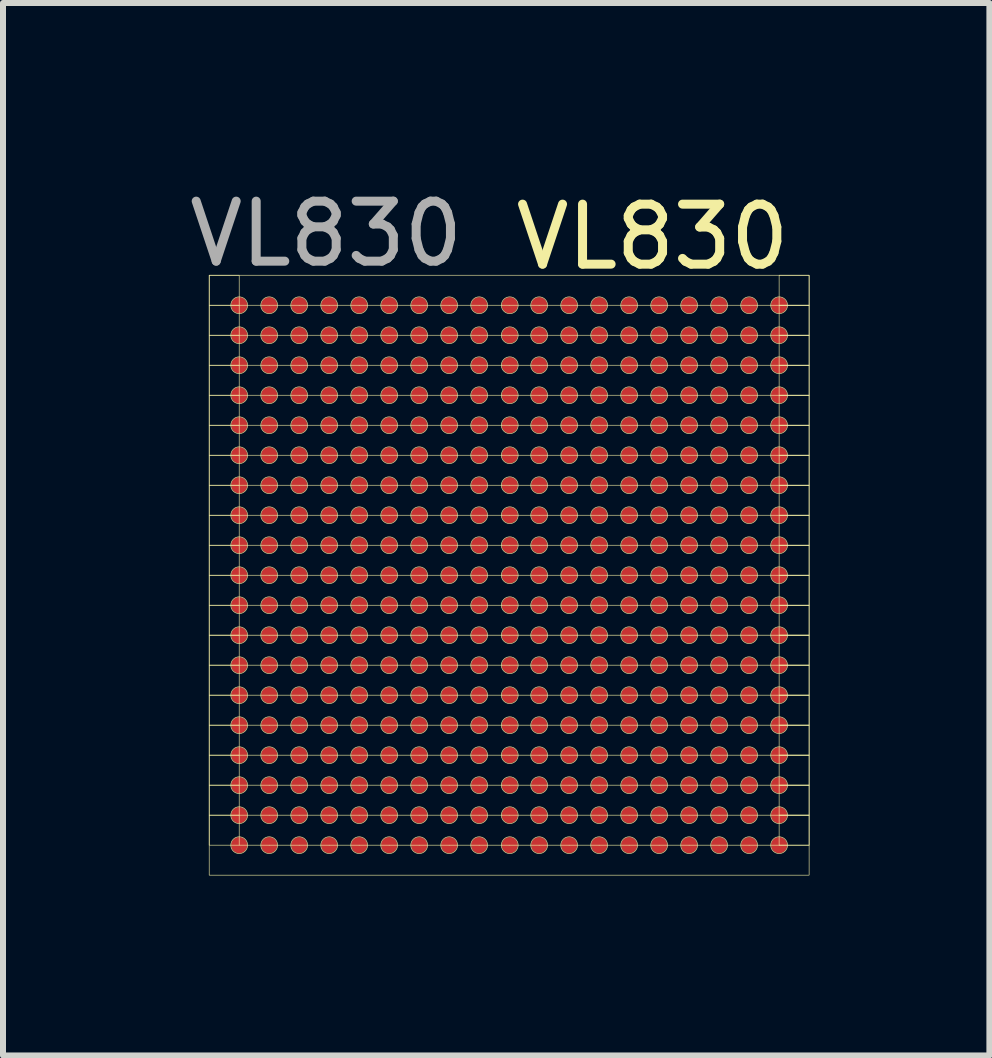
<source format=kicad_pcb>
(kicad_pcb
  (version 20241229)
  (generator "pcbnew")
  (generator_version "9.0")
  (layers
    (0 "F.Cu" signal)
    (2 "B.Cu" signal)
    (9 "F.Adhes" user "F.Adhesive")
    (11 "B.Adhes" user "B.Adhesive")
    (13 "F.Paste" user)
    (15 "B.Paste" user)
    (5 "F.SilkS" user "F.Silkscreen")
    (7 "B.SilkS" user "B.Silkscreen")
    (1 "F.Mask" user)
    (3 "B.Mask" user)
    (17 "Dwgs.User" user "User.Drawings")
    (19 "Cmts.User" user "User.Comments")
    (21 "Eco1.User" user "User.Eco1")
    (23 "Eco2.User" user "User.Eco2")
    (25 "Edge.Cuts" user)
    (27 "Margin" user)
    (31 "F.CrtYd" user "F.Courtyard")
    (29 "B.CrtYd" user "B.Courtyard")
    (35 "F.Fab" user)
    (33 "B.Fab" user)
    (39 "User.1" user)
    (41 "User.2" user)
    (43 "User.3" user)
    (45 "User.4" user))
  (footprint "VL830"
    (layer "F.Cu")
    (at 5.387 6.268)
    (property "Reference" "VL830" (at 2.44 -5.37 0) (unlocked yes) (layer "F.SilkS") (effects (font (size 1 1) (thickness 0.15))))
    (attr smd)
    (fp_line (start -4.45 -4.23) (end -3.95 -4.23) (stroke (width 0.01) (type solid)) (layer "F.SilkS"))
    (fp_line (start -4.45 -3.73) (end -3.95 -3.73) (stroke (width 0.01) (type solid)) (layer "F.SilkS"))
    (fp_line (start -4.45 -3.23) (end -3.95 -3.23) (stroke (width 0.01) (type solid)) (layer "F.SilkS"))
    (fp_line (start -4.45 -2.73) (end -3.95 -2.73) (stroke (width 0.01) (type solid)) (layer "F.SilkS"))
    (fp_line (start -4.45 -2.23) (end -3.95 -2.23) (stroke (width 0.01) (type solid)) (layer "F.SilkS"))
    (fp_line (start -4.45 -1.73) (end -3.95 -1.73) (stroke (width 0.01) (type solid)) (layer "F.SilkS"))
    (fp_line (start -4.45 -1.23) (end -3.95 -1.23) (stroke (width 0.01) (type solid)) (layer "F.SilkS"))
    (fp_line (start -4.45 -0.73) (end -3.95 -0.73) (stroke (width 0.01) (type solid)) (layer "F.SilkS"))
    (fp_line (start -4.45 -0.23) (end -3.95 -0.23) (stroke (width 0.01) (type solid)) (layer "F.SilkS"))
    (fp_line (start -4.45 0.27) (end -3.95 0.27) (stroke (width 0.01) (type solid)) (layer "F.SilkS"))
    (fp_line (start -4.45 0.77) (end -3.95 0.77) (stroke (width 0.01) (type solid)) (layer "F.SilkS"))
    (fp_line (start -4.45 1.27) (end -3.95 1.27) (stroke (width 0.01) (type solid)) (layer "F.SilkS"))
    (fp_line (start -4.45 1.77) (end -3.95 1.77) (stroke (width 0.01) (type solid)) (layer "F.SilkS"))
    (fp_line (start -4.45 2.27) (end -3.95 2.27) (stroke (width 0.01) (type solid)) (layer "F.SilkS"))
    (fp_line (start -4.45 2.77) (end -3.95 2.77) (stroke (width 0.01) (type solid)) (layer "F.SilkS"))
    (fp_line (start -4.45 3.27) (end -3.95 3.27) (stroke (width 0.01) (type solid)) (layer "F.SilkS"))
    (fp_line (start -4.45 3.77) (end -3.95 3.77) (stroke (width 0.01) (type solid)) (layer "F.SilkS"))
    (fp_line (start -4.45 4.27) (end -3.95 4.27) (stroke (width 0.01) (type solid)) (layer "F.SilkS"))
    (fp_line (start -4.45 4.77) (end -3.95 4.77) (stroke (width 0.01) (type solid)) (layer "F.SilkS"))
    (fp_line (start -3.95 -4.23) (end -3.45 -4.23) (stroke (width 0.01) (type solid)) (layer "F.SilkS"))
    (fp_line (start -3.95 -3.73) (end -3.45 -3.73) (stroke (width 0.01) (type solid)) (layer "F.SilkS"))
    (fp_line (start -3.95 -3.23) (end -3.45 -3.23) (stroke (width 0.01) (type solid)) (layer "F.SilkS"))
    (fp_line (start -3.95 -2.73) (end -3.45 -2.73) (stroke (width 0.01) (type solid)) (layer "F.SilkS"))
    (fp_line (start -3.95 -2.23) (end -3.45 -2.23) (stroke (width 0.01) (type solid)) (layer "F.SilkS"))
    (fp_line (start -3.95 -1.73) (end -3.45 -1.73) (stroke (width 0.01) (type solid)) (layer "F.SilkS"))
    (fp_line (start -3.95 -1.23) (end -3.45 -1.23) (stroke (width 0.01) (type solid)) (layer "F.SilkS"))
    (fp_line (start -3.95 -0.73) (end -3.45 -0.73) (stroke (width 0.01) (type solid)) (layer "F.SilkS"))
    (fp_line (start -3.95 -0.23) (end -3.45 -0.23) (stroke (width 0.01) (type solid)) (layer "F.SilkS"))
    (fp_line (start -3.95 0.27) (end -3.45 0.27) (stroke (width 0.01) (type solid)) (layer "F.SilkS"))
    (fp_line (start -3.95 0.77) (end -3.45 0.77) (stroke (width 0.01) (type solid)) (layer "F.SilkS"))
    (fp_line (start -3.95 1.27) (end -3.45 1.27) (stroke (width 0.01) (type solid)) (layer "F.SilkS"))
    (fp_line (start -3.95 1.77) (end -3.45 1.77) (stroke (width 0.01) (type solid)) (layer "F.SilkS"))
    (fp_line (start -3.95 2.27) (end -3.45 2.27) (stroke (width 0.01) (type solid)) (layer "F.SilkS"))
    (fp_line (start -3.95 2.77) (end -3.45 2.77) (stroke (width 0.01) (type solid)) (layer "F.SilkS"))
    (fp_line (start -3.95 3.27) (end -3.45 3.27) (stroke (width 0.01) (type solid)) (layer "F.SilkS"))
    (fp_line (start -3.95 3.77) (end -3.45 3.77) (stroke (width 0.01) (type solid)) (layer "F.SilkS"))
    (fp_line (start -3.95 4.27) (end -3.45 4.27) (stroke (width 0.01) (type solid)) (layer "F.SilkS"))
    (fp_line (start -3.95 4.77) (end -3.45 4.77) (stroke (width 0.01) (type solid)) (layer "F.SilkS"))
    (fp_line (start -3.45 -4.23) (end -2.95 -4.23) (stroke (width 0.01) (type solid)) (layer "F.SilkS"))
    (fp_line (start -3.45 -3.73) (end -2.95 -3.73) (stroke (width 0.01) (type solid)) (layer "F.SilkS"))
    (fp_line (start -3.45 -3.23) (end -2.95 -3.23) (stroke (width 0.01) (type solid)) (layer "F.SilkS"))
    (fp_line (start -3.45 -2.73) (end -2.95 -2.73) (stroke (width 0.01) (type solid)) (layer "F.SilkS"))
    (fp_line (start -3.45 -2.23) (end -2.95 -2.23) (stroke (width 0.01) (type solid)) (layer "F.SilkS"))
    (fp_line (start -3.45 -1.73) (end -2.95 -1.73) (stroke (width 0.01) (type solid)) (layer "F.SilkS"))
    (fp_line (start -3.45 -1.23) (end -2.95 -1.23) (stroke (width 0.01) (type solid)) (layer "F.SilkS"))
    (fp_line (start -3.45 -0.73) (end -2.95 -0.73) (stroke (width 0.01) (type solid)) (layer "F.SilkS"))
    (fp_line (start -3.45 -0.23) (end -2.95 -0.23) (stroke (width 0.01) (type solid)) (layer "F.SilkS"))
    (fp_line (start -3.45 0.27) (end -2.95 0.27) (stroke (width 0.01) (type solid)) (layer "F.SilkS"))
    (fp_line (start -3.45 0.77) (end -2.95 0.77) (stroke (width 0.01) (type solid)) (layer "F.SilkS"))
    (fp_line (start -3.45 1.27) (end -2.95 1.27) (stroke (width 0.01) (type solid)) (layer "F.SilkS"))
    (fp_line (start -3.45 1.77) (end -2.95 1.77) (stroke (width 0.01) (type solid)) (layer "F.SilkS"))
    (fp_line (start -3.45 2.27) (end -2.95 2.27) (stroke (width 0.01) (type solid)) (layer "F.SilkS"))
    (fp_line (start -3.45 2.77) (end -2.95 2.77) (stroke (width 0.01) (type solid)) (layer "F.SilkS"))
    (fp_line (start -3.45 3.27) (end -2.95 3.27) (stroke (width 0.01) (type solid)) (layer "F.SilkS"))
    (fp_line (start -3.45 3.77) (end -2.95 3.77) (stroke (width 0.01) (type solid)) (layer "F.SilkS"))
    (fp_line (start -3.45 4.27) (end -2.95 4.27) (stroke (width 0.01) (type solid)) (layer "F.SilkS"))
    (fp_line (start -3.45 4.77) (end -2.95 4.77) (stroke (width 0.01) (type solid)) (layer "F.SilkS"))
    (fp_line (start -2.95 -4.23) (end -2.45 -4.23) (stroke (width 0.01) (type solid)) (layer "F.SilkS"))
    (fp_line (start -2.95 -3.73) (end -2.45 -3.73) (stroke (width 0.01) (type solid)) (layer "F.SilkS"))
    (fp_line (start -2.95 -3.23) (end -2.45 -3.23) (stroke (width 0.01) (type solid)) (layer "F.SilkS"))
    (fp_line (start -2.95 -2.73) (end -2.45 -2.73) (stroke (width 0.01) (type solid)) (layer "F.SilkS"))
    (fp_line (start -2.95 -2.23) (end -2.45 -2.23) (stroke (width 0.01) (type solid)) (layer "F.SilkS"))
    (fp_line (start -2.95 -1.73) (end -2.45 -1.73) (stroke (width 0.01) (type solid)) (layer "F.SilkS"))
    (fp_line (start -2.95 -1.23) (end -2.45 -1.23) (stroke (width 0.01) (type solid)) (layer "F.SilkS"))
    (fp_line (start -2.95 -0.73) (end -2.45 -0.73) (stroke (width 0.01) (type solid)) (layer "F.SilkS"))
    (fp_line (start -2.95 -0.23) (end -2.45 -0.23) (stroke (width 0.01) (type solid)) (layer "F.SilkS"))
    (fp_line (start -2.95 0.27) (end -2.45 0.27) (stroke (width 0.01) (type solid)) (layer "F.SilkS"))
    (fp_line (start -2.95 0.77) (end -2.45 0.77) (stroke (width 0.01) (type solid)) (layer "F.SilkS"))
    (fp_line (start -2.95 1.27) (end -2.45 1.27) (stroke (width 0.01) (type solid)) (layer "F.SilkS"))
    (fp_line (start -2.95 1.77) (end -2.45 1.77) (stroke (width 0.01) (type solid)) (layer "F.SilkS"))
    (fp_line (start -2.95 2.27) (end -2.45 2.27) (stroke (width 0.01) (type solid)) (layer "F.SilkS"))
    (fp_line (start -2.95 2.77) (end -2.45 2.77) (stroke (width 0.01) (type solid)) (layer "F.SilkS"))
    (fp_line (start -2.95 3.27) (end -2.45 3.27) (stroke (width 0.01) (type solid)) (layer "F.SilkS"))
    (fp_line (start -2.95 3.77) (end -2.45 3.77) (stroke (width 0.01) (type solid)) (layer "F.SilkS"))
    (fp_line (start -2.95 4.27) (end -2.45 4.27) (stroke (width 0.01) (type solid)) (layer "F.SilkS"))
    (fp_line (start -2.95 4.77) (end -2.45 4.77) (stroke (width 0.01) (type solid)) (layer "F.SilkS"))
    (fp_line (start -2.45 -4.23) (end -1.95 -4.23) (stroke (width 0.01) (type solid)) (layer "F.SilkS"))
    (fp_line (start -2.45 -3.73) (end -1.95 -3.73) (stroke (width 0.01) (type solid)) (layer "F.SilkS"))
    (fp_line (start -2.45 -3.23) (end -1.95 -3.23) (stroke (width 0.01) (type solid)) (layer "F.SilkS"))
    (fp_line (start -2.45 -2.73) (end -1.95 -2.73) (stroke (width 0.01) (type solid)) (layer "F.SilkS"))
    (fp_line (start -2.45 -2.23) (end -1.95 -2.23) (stroke (width 0.01) (type solid)) (layer "F.SilkS"))
    (fp_line (start -2.45 -1.73) (end -1.95 -1.73) (stroke (width 0.01) (type solid)) (layer "F.SilkS"))
    (fp_line (start -2.45 -1.23) (end -1.95 -1.23) (stroke (width 0.01) (type solid)) (layer "F.SilkS"))
    (fp_line (start -2.45 -0.73) (end -1.95 -0.73) (stroke (width 0.01) (type solid)) (layer "F.SilkS"))
    (fp_line (start -2.45 -0.23) (end -1.95 -0.23) (stroke (width 0.01) (type solid)) (layer "F.SilkS"))
    (fp_line (start -2.45 0.27) (end -1.95 0.27) (stroke (width 0.01) (type solid)) (layer "F.SilkS"))
    (fp_line (start -2.45 0.77) (end -1.95 0.77) (stroke (width 0.01) (type solid)) (layer "F.SilkS"))
    (fp_line (start -2.45 1.27) (end -1.95 1.27) (stroke (width 0.01) (type solid)) (layer "F.SilkS"))
    (fp_line (start -2.45 1.77) (end -1.95 1.77) (stroke (width 0.01) (type solid)) (layer "F.SilkS"))
    (fp_line (start -2.45 2.27) (end -1.95 2.27) (stroke (width 0.01) (type solid)) (layer "F.SilkS"))
    (fp_line (start -2.45 2.77) (end -1.95 2.77) (stroke (width 0.01) (type solid)) (layer "F.SilkS"))
    (fp_line (start -2.45 3.27) (end -1.95 3.27) (stroke (width 0.01) (type solid)) (layer "F.SilkS"))
    (fp_line (start -2.45 3.77) (end -1.95 3.77) (stroke (width 0.01) (type solid)) (layer "F.SilkS"))
    (fp_line (start -2.45 4.27) (end -1.95 4.27) (stroke (width 0.01) (type solid)) (layer "F.SilkS"))
    (fp_line (start -2.45 4.77) (end -1.95 4.77) (stroke (width 0.01) (type solid)) (layer "F.SilkS"))
    (fp_line (start -1.95 -4.23) (end -1.45 -4.23) (stroke (width 0.01) (type solid)) (layer "F.SilkS"))
    (fp_line (start -1.95 -3.73) (end -1.45 -3.73) (stroke (width 0.01) (type solid)) (layer "F.SilkS"))
    (fp_line (start -1.95 -3.23) (end -1.45 -3.23) (stroke (width 0.01) (type solid)) (layer "F.SilkS"))
    (fp_line (start -1.95 -2.73) (end -1.45 -2.73) (stroke (width 0.01) (type solid)) (layer "F.SilkS"))
    (fp_line (start -1.95 -2.23) (end -1.45 -2.23) (stroke (width 0.01) (type solid)) (layer "F.SilkS"))
    (fp_line (start -1.95 -1.73) (end -1.45 -1.73) (stroke (width 0.01) (type solid)) (layer "F.SilkS"))
    (fp_line (start -1.95 -1.23) (end -1.45 -1.23) (stroke (width 0.01) (type solid)) (layer "F.SilkS"))
    (fp_line (start -1.95 -0.73) (end -1.45 -0.73) (stroke (width 0.01) (type solid)) (layer "F.SilkS"))
    (fp_line (start -1.95 -0.23) (end -1.45 -0.23) (stroke (width 0.01) (type solid)) (layer "F.SilkS"))
    (fp_line (start -1.95 0.27) (end -1.45 0.27) (stroke (width 0.01) (type solid)) (layer "F.SilkS"))
    (fp_line (start -1.95 0.77) (end -1.45 0.77) (stroke (width 0.01) (type solid)) (layer "F.SilkS"))
    (fp_line (start -1.95 1.27) (end -1.45 1.27) (stroke (width 0.01) (type solid)) (layer "F.SilkS"))
    (fp_line (start -1.95 1.77) (end -1.45 1.77) (stroke (width 0.01) (type solid)) (layer "F.SilkS"))
    (fp_line (start -1.95 2.27) (end -1.45 2.27) (stroke (width 0.01) (type solid)) (layer "F.SilkS"))
    (fp_line (start -1.95 2.77) (end -1.45 2.77) (stroke (width 0.01) (type solid)) (layer "F.SilkS"))
    (fp_line (start -1.95 3.27) (end -1.45 3.27) (stroke (width 0.01) (type solid)) (layer "F.SilkS"))
    (fp_line (start -1.95 3.77) (end -1.45 3.77) (stroke (width 0.01) (type solid)) (layer "F.SilkS"))
    (fp_line (start -1.95 4.27) (end -1.45 4.27) (stroke (width 0.01) (type solid)) (layer "F.SilkS"))
    (fp_line (start -1.95 4.77) (end -1.45 4.77) (stroke (width 0.01) (type solid)) (layer "F.SilkS"))
    (fp_line (start -1.45 -4.23) (end -0.95 -4.23) (stroke (width 0.01) (type solid)) (layer "F.SilkS"))
    (fp_line (start -1.45 -3.73) (end -0.95 -3.73) (stroke (width 0.01) (type solid)) (layer "F.SilkS"))
    (fp_line (start -1.45 -3.23) (end -0.95 -3.23) (stroke (width 0.01) (type solid)) (layer "F.SilkS"))
    (fp_line (start -1.45 -2.73) (end -0.95 -2.73) (stroke (width 0.01) (type solid)) (layer "F.SilkS"))
    (fp_line (start -1.45 -2.23) (end -0.95 -2.23) (stroke (width 0.01) (type solid)) (layer "F.SilkS"))
    (fp_line (start -1.45 -1.73) (end -0.95 -1.73) (stroke (width 0.01) (type solid)) (layer "F.SilkS"))
    (fp_line (start -1.45 -1.23) (end -0.95 -1.23) (stroke (width 0.01) (type solid)) (layer "F.SilkS"))
    (fp_line (start -1.45 -0.73) (end -0.95 -0.73) (stroke (width 0.01) (type solid)) (layer "F.SilkS"))
    (fp_line (start -1.45 -0.23) (end -0.95 -0.23) (stroke (width 0.01) (type solid)) (layer "F.SilkS"))
    (fp_line (start -1.45 0.27) (end -0.95 0.27) (stroke (width 0.01) (type solid)) (layer "F.SilkS"))
    (fp_line (start -1.45 0.77) (end -0.95 0.77) (stroke (width 0.01) (type solid)) (layer "F.SilkS"))
    (fp_line (start -1.45 1.27) (end -0.95 1.27) (stroke (width 0.01) (type solid)) (layer "F.SilkS"))
    (fp_line (start -1.45 1.77) (end -0.95 1.77) (stroke (width 0.01) (type solid)) (layer "F.SilkS"))
    (fp_line (start -1.45 2.27) (end -0.95 2.27) (stroke (width 0.01) (type solid)) (layer "F.SilkS"))
    (fp_line (start -1.45 2.77) (end -0.95 2.77) (stroke (width 0.01) (type solid)) (layer "F.SilkS"))
    (fp_line (start -1.45 3.27) (end -0.95 3.27) (stroke (width 0.01) (type solid)) (layer "F.SilkS"))
    (fp_line (start -1.45 3.77) (end -0.95 3.77) (stroke (width 0.01) (type solid)) (layer "F.SilkS"))
    (fp_line (start -1.45 4.27) (end -0.95 4.27) (stroke (width 0.01) (type solid)) (layer "F.SilkS"))
    (fp_line (start -1.45 4.77) (end -0.95 4.77) (stroke (width 0.01) (type solid)) (layer "F.SilkS"))
    (fp_line (start -0.95 -4.23) (end -0.45 -4.23) (stroke (width 0.01) (type solid)) (layer "F.SilkS"))
    (fp_line (start -0.95 -3.73) (end -0.45 -3.73) (stroke (width 0.01) (type solid)) (layer "F.SilkS"))
    (fp_line (start -0.95 -3.23) (end -0.45 -3.23) (stroke (width 0.01) (type solid)) (layer "F.SilkS"))
    (fp_line (start -0.95 -2.73) (end -0.45 -2.73) (stroke (width 0.01) (type solid)) (layer "F.SilkS"))
    (fp_line (start -0.95 -2.23) (end -0.45 -2.23) (stroke (width 0.01) (type solid)) (layer "F.SilkS"))
    (fp_line (start -0.95 -1.73) (end -0.45 -1.73) (stroke (width 0.01) (type solid)) (layer "F.SilkS"))
    (fp_line (start -0.95 -1.23) (end -0.45 -1.23) (stroke (width 0.01) (type solid)) (layer "F.SilkS"))
    (fp_line (start -0.95 -0.73) (end -0.45 -0.73) (stroke (width 0.01) (type solid)) (layer "F.SilkS"))
    (fp_line (start -0.95 -0.23) (end -0.45 -0.23) (stroke (width 0.01) (type solid)) (layer "F.SilkS"))
    (fp_line (start -0.95 0.27) (end -0.45 0.27) (stroke (width 0.01) (type solid)) (layer "F.SilkS"))
    (fp_line (start -0.95 0.77) (end -0.45 0.77) (stroke (width 0.01) (type solid)) (layer "F.SilkS"))
    (fp_line (start -0.95 1.27) (end -0.45 1.27) (stroke (width 0.01) (type solid)) (layer "F.SilkS"))
    (fp_line (start -0.95 1.77) (end -0.45 1.77) (stroke (width 0.01) (type solid)) (layer "F.SilkS"))
    (fp_line (start -0.95 2.27) (end -0.45 2.27) (stroke (width 0.01) (type solid)) (layer "F.SilkS"))
    (fp_line (start -0.95 2.77) (end -0.45 2.77) (stroke (width 0.01) (type solid)) (layer "F.SilkS"))
    (fp_line (start -0.95 3.27) (end -0.45 3.27) (stroke (width 0.01) (type solid)) (layer "F.SilkS"))
    (fp_line (start -0.95 3.77) (end -0.45 3.77) (stroke (width 0.01) (type solid)) (layer "F.SilkS"))
    (fp_line (start -0.95 4.27) (end -0.45 4.27) (stroke (width 0.01) (type solid)) (layer "F.SilkS"))
    (fp_line (start -0.95 4.77) (end -0.45 4.77) (stroke (width 0.01) (type solid)) (layer "F.SilkS"))
    (fp_line (start -0.45 -4.23) (end 0.05 -4.23) (stroke (width 0.01) (type solid)) (layer "F.SilkS"))
    (fp_line (start -0.45 -3.73) (end 0.05 -3.73) (stroke (width 0.01) (type solid)) (layer "F.SilkS"))
    (fp_line (start -0.45 -3.23) (end 0.05 -3.23) (stroke (width 0.01) (type solid)) (layer "F.SilkS"))
    (fp_line (start -0.45 -2.73) (end 0.05 -2.73) (stroke (width 0.01) (type solid)) (layer "F.SilkS"))
    (fp_line (start -0.45 -2.23) (end 0.05 -2.23) (stroke (width 0.01) (type solid)) (layer "F.SilkS"))
    (fp_line (start -0.45 -1.73) (end 0.05 -1.73) (stroke (width 0.01) (type solid)) (layer "F.SilkS"))
    (fp_line (start -0.45 -1.23) (end 0.05 -1.23) (stroke (width 0.01) (type solid)) (layer "F.SilkS"))
    (fp_line (start -0.45 -0.73) (end 0.05 -0.73) (stroke (width 0.01) (type solid)) (layer "F.SilkS"))
    (fp_line (start -0.45 -0.23) (end 0.05 -0.23) (stroke (width 0.01) (type solid)) (layer "F.SilkS"))
    (fp_line (start -0.45 0.27) (end 0.05 0.27) (stroke (width 0.01) (type solid)) (layer "F.SilkS"))
    (fp_line (start -0.45 0.77) (end 0.05 0.77) (stroke (width 0.01) (type solid)) (layer "F.SilkS"))
    (fp_line (start -0.45 1.27) (end 0.05 1.27) (stroke (width 0.01) (type solid)) (layer "F.SilkS"))
    (fp_line (start -0.45 1.77) (end 0.05 1.77) (stroke (width 0.01) (type solid)) (layer "F.SilkS"))
    (fp_line (start -0.45 2.27) (end 0.05 2.27) (stroke (width 0.01) (type solid)) (layer "F.SilkS"))
    (fp_line (start -0.45 2.77) (end 0.05 2.77) (stroke (width 0.01) (type solid)) (layer "F.SilkS"))
    (fp_line (start -0.45 3.27) (end 0.05 3.27) (stroke (width 0.01) (type solid)) (layer "F.SilkS"))
    (fp_line (start -0.45 3.77) (end 0.05 3.77) (stroke (width 0.01) (type solid)) (layer "F.SilkS"))
    (fp_line (start -0.45 4.27) (end 0.05 4.27) (stroke (width 0.01) (type solid)) (layer "F.SilkS"))
    (fp_line (start -0.45 4.77) (end 0.05 4.77) (stroke (width 0.01) (type solid)) (layer "F.SilkS"))
    (fp_line (start 0.05 -4.23) (end 0.55 -4.23) (stroke (width 0.01) (type solid)) (layer "F.SilkS"))
    (fp_line (start 0.05 -3.73) (end 0.55 -3.73) (stroke (width 0.01) (type solid)) (layer "F.SilkS"))
    (fp_line (start 0.05 -3.23) (end 0.55 -3.23) (stroke (width 0.01) (type solid)) (layer "F.SilkS"))
    (fp_line (start 0.05 -2.73) (end 0.55 -2.73) (stroke (width 0.01) (type solid)) (layer "F.SilkS"))
    (fp_line (start 0.05 -2.23) (end 0.55 -2.23) (stroke (width 0.01) (type solid)) (layer "F.SilkS"))
    (fp_line (start 0.05 -1.73) (end 0.55 -1.73) (stroke (width 0.01) (type solid)) (layer "F.SilkS"))
    (fp_line (start 0.05 -1.23) (end 0.55 -1.23) (stroke (width 0.01) (type solid)) (layer "F.SilkS"))
    (fp_line (start 0.05 -0.73) (end 0.55 -0.73) (stroke (width 0.01) (type solid)) (layer "F.SilkS"))
    (fp_line (start 0.05 -0.23) (end 0.55 -0.23) (stroke (width 0.01) (type solid)) (layer "F.SilkS"))
    (fp_line (start 0.05 0.27) (end 0.55 0.27) (stroke (width 0.01) (type solid)) (layer "F.SilkS"))
    (fp_line (start 0.05 0.77) (end 0.55 0.77) (stroke (width 0.01) (type solid)) (layer "F.SilkS"))
    (fp_line (start 0.05 1.27) (end 0.55 1.27) (stroke (width 0.01) (type solid)) (layer "F.SilkS"))
    (fp_line (start 0.05 1.77) (end 0.55 1.77) (stroke (width 0.01) (type solid)) (layer "F.SilkS"))
    (fp_line (start 0.05 2.27) (end 0.55 2.27) (stroke (width 0.01) (type solid)) (layer "F.SilkS"))
    (fp_line (start 0.05 2.77) (end 0.55 2.77) (stroke (width 0.01) (type solid)) (layer "F.SilkS"))
    (fp_line (start 0.05 3.27) (end 0.55 3.27) (stroke (width 0.01) (type solid)) (layer "F.SilkS"))
    (fp_line (start 0.05 3.77) (end 0.55 3.77) (stroke (width 0.01) (type solid)) (layer "F.SilkS"))
    (fp_line (start 0.05 4.27) (end 0.55 4.27) (stroke (width 0.01) (type solid)) (layer "F.SilkS"))
    (fp_line (start 0.05 4.77) (end 0.55 4.77) (stroke (width 0.01) (type solid)) (layer "F.SilkS"))
    (fp_line (start 0.55 -4.23) (end 1.05 -4.23) (stroke (width 0.01) (type solid)) (layer "F.SilkS"))
    (fp_line (start 0.55 -3.73) (end 1.05 -3.73) (stroke (width 0.01) (type solid)) (layer "F.SilkS"))
    (fp_line (start 0.55 -3.23) (end 1.05 -3.23) (stroke (width 0.01) (type solid)) (layer "F.SilkS"))
    (fp_line (start 0.55 -2.73) (end 1.05 -2.73) (stroke (width 0.01) (type solid)) (layer "F.SilkS"))
    (fp_line (start 0.55 -2.23) (end 1.05 -2.23) (stroke (width 0.01) (type solid)) (layer "F.SilkS"))
    (fp_line (start 0.55 -1.73) (end 1.05 -1.73) (stroke (width 0.01) (type solid)) (layer "F.SilkS"))
    (fp_line (start 0.55 -1.23) (end 1.05 -1.23) (stroke (width 0.01) (type solid)) (layer "F.SilkS"))
    (fp_line (start 0.55 -0.73) (end 1.05 -0.73) (stroke (width 0.01) (type solid)) (layer "F.SilkS"))
    (fp_line (start 0.55 -0.23) (end 1.05 -0.23) (stroke (width 0.01) (type solid)) (layer "F.SilkS"))
    (fp_line (start 0.55 0.27) (end 1.05 0.27) (stroke (width 0.01) (type solid)) (layer "F.SilkS"))
    (fp_line (start 0.55 0.77) (end 1.05 0.77) (stroke (width 0.01) (type solid)) (layer "F.SilkS"))
    (fp_line (start 0.55 1.27) (end 1.05 1.27) (stroke (width 0.01) (type solid)) (layer "F.SilkS"))
    (fp_line (start 0.55 1.77) (end 1.05 1.77) (stroke (width 0.01) (type solid)) (layer "F.SilkS"))
    (fp_line (start 0.55 2.27) (end 1.05 2.27) (stroke (width 0.01) (type solid)) (layer "F.SilkS"))
    (fp_line (start 0.55 2.77) (end 1.05 2.77) (stroke (width 0.01) (type solid)) (layer "F.SilkS"))
    (fp_line (start 0.55 3.27) (end 1.05 3.27) (stroke (width 0.01) (type solid)) (layer "F.SilkS"))
    (fp_line (start 0.55 3.77) (end 1.05 3.77) (stroke (width 0.01) (type solid)) (layer "F.SilkS"))
    (fp_line (start 0.55 4.27) (end 1.05 4.27) (stroke (width 0.01) (type solid)) (layer "F.SilkS"))
    (fp_line (start 0.55 4.77) (end 1.05 4.77) (stroke (width 0.01) (type solid)) (layer "F.SilkS"))
    (fp_line (start 1.05 -4.23) (end 1.55 -4.23) (stroke (width 0.01) (type solid)) (layer "F.SilkS"))
    (fp_line (start 1.05 -3.73) (end 1.55 -3.73) (stroke (width 0.01) (type solid)) (layer "F.SilkS"))
    (fp_line (start 1.05 -3.23) (end 1.55 -3.23) (stroke (width 0.01) (type solid)) (layer "F.SilkS"))
    (fp_line (start 1.05 -2.73) (end 1.55 -2.73) (stroke (width 0.01) (type solid)) (layer "F.SilkS"))
    (fp_line (start 1.05 -2.23) (end 1.55 -2.23) (stroke (width 0.01) (type solid)) (layer "F.SilkS"))
    (fp_line (start 1.05 -1.73) (end 1.55 -1.73) (stroke (width 0.01) (type solid)) (layer "F.SilkS"))
    (fp_line (start 1.05 -1.23) (end 1.55 -1.23) (stroke (width 0.01) (type solid)) (layer "F.SilkS"))
    (fp_line (start 1.05 -0.73) (end 1.55 -0.73) (stroke (width 0.01) (type solid)) (layer "F.SilkS"))
    (fp_line (start 1.05 -0.23) (end 1.55 -0.23) (stroke (width 0.01) (type solid)) (layer "F.SilkS"))
    (fp_line (start 1.05 0.27) (end 1.55 0.27) (stroke (width 0.01) (type solid)) (layer "F.SilkS"))
    (fp_line (start 1.05 0.77) (end 1.55 0.77) (stroke (width 0.01) (type solid)) (layer "F.SilkS"))
    (fp_line (start 1.05 1.27) (end 1.55 1.27) (stroke (width 0.01) (type solid)) (layer "F.SilkS"))
    (fp_line (start 1.05 1.77) (end 1.55 1.77) (stroke (width 0.01) (type solid)) (layer "F.SilkS"))
    (fp_line (start 1.05 2.27) (end 1.55 2.27) (stroke (width 0.01) (type solid)) (layer "F.SilkS"))
    (fp_line (start 1.05 2.77) (end 1.55 2.77) (stroke (width 0.01) (type solid)) (layer "F.SilkS"))
    (fp_line (start 1.05 3.27) (end 1.55 3.27) (stroke (width 0.01) (type solid)) (layer "F.SilkS"))
    (fp_line (start 1.05 3.77) (end 1.55 3.77) (stroke (width 0.01) (type solid)) (layer "F.SilkS"))
    (fp_line (start 1.05 4.27) (end 1.55 4.27) (stroke (width 0.01) (type solid)) (layer "F.SilkS"))
    (fp_line (start 1.05 4.77) (end 1.55 4.77) (stroke (width 0.01) (type solid)) (layer "F.SilkS"))
    (fp_line (start 1.55 -4.23) (end 2.05 -4.23) (stroke (width 0.01) (type solid)) (layer "F.SilkS"))
    (fp_line (start 1.55 -3.73) (end 2.05 -3.73) (stroke (width 0.01) (type solid)) (layer "F.SilkS"))
    (fp_line (start 1.55 -3.23) (end 2.05 -3.23) (stroke (width 0.01) (type solid)) (layer "F.SilkS"))
    (fp_line (start 1.55 -2.73) (end 2.05 -2.73) (stroke (width 0.01) (type solid)) (layer "F.SilkS"))
    (fp_line (start 1.55 -2.23) (end 2.05 -2.23) (stroke (width 0.01) (type solid)) (layer "F.SilkS"))
    (fp_line (start 1.55 -1.73) (end 2.05 -1.73) (stroke (width 0.01) (type solid)) (layer "F.SilkS"))
    (fp_line (start 1.55 -1.23) (end 2.05 -1.23) (stroke (width 0.01) (type solid)) (layer "F.SilkS"))
    (fp_line (start 1.55 -0.73) (end 2.05 -0.73) (stroke (width 0.01) (type solid)) (layer "F.SilkS"))
    (fp_line (start 1.55 -0.23) (end 2.05 -0.23) (stroke (width 0.01) (type solid)) (layer "F.SilkS"))
    (fp_line (start 1.55 0.27) (end 2.05 0.27) (stroke (width 0.01) (type solid)) (layer "F.SilkS"))
    (fp_line (start 1.55 0.77) (end 2.05 0.77) (stroke (width 0.01) (type solid)) (layer "F.SilkS"))
    (fp_line (start 1.55 1.27) (end 2.05 1.27) (stroke (width 0.01) (type solid)) (layer "F.SilkS"))
    (fp_line (start 1.55 1.77) (end 2.05 1.77) (stroke (width 0.01) (type solid)) (layer "F.SilkS"))
    (fp_line (start 1.55 2.27) (end 2.05 2.27) (stroke (width 0.01) (type solid)) (layer "F.SilkS"))
    (fp_line (start 1.55 2.77) (end 2.05 2.77) (stroke (width 0.01) (type solid)) (layer "F.SilkS"))
    (fp_line (start 1.55 3.27) (end 2.05 3.27) (stroke (width 0.01) (type solid)) (layer "F.SilkS"))
    (fp_line (start 1.55 3.77) (end 2.05 3.77) (stroke (width 0.01) (type solid)) (layer "F.SilkS"))
    (fp_line (start 1.55 4.27) (end 2.05 4.27) (stroke (width 0.01) (type solid)) (layer "F.SilkS"))
    (fp_line (start 1.55 4.77) (end 2.05 4.77) (stroke (width 0.01) (type solid)) (layer "F.SilkS"))
    (fp_line (start 2.05 -4.23) (end 2.55 -4.23) (stroke (width 0.01) (type solid)) (layer "F.SilkS"))
    (fp_line (start 2.05 -3.73) (end 2.55 -3.73) (stroke (width 0.01) (type solid)) (layer "F.SilkS"))
    (fp_line (start 2.05 -3.23) (end 2.55 -3.23) (stroke (width 0.01) (type solid)) (layer "F.SilkS"))
    (fp_line (start 2.05 -2.73) (end 2.55 -2.73) (stroke (width 0.01) (type solid)) (layer "F.SilkS"))
    (fp_line (start 2.05 -2.23) (end 2.55 -2.23) (stroke (width 0.01) (type solid)) (layer "F.SilkS"))
    (fp_line (start 2.05 -1.73) (end 2.55 -1.73) (stroke (width 0.01) (type solid)) (layer "F.SilkS"))
    (fp_line (start 2.05 -1.23) (end 2.55 -1.23) (stroke (width 0.01) (type solid)) (layer "F.SilkS"))
    (fp_line (start 2.05 -0.73) (end 2.55 -0.73) (stroke (width 0.01) (type solid)) (layer "F.SilkS"))
    (fp_line (start 2.05 -0.23) (end 2.55 -0.23) (stroke (width 0.01) (type solid)) (layer "F.SilkS"))
    (fp_line (start 2.05 0.27) (end 2.55 0.27) (stroke (width 0.01) (type solid)) (layer "F.SilkS"))
    (fp_line (start 2.05 0.77) (end 2.55 0.77) (stroke (width 0.01) (type solid)) (layer "F.SilkS"))
    (fp_line (start 2.05 1.27) (end 2.55 1.27) (stroke (width 0.01) (type solid)) (layer "F.SilkS"))
    (fp_line (start 2.05 1.77) (end 2.55 1.77) (stroke (width 0.01) (type solid)) (layer "F.SilkS"))
    (fp_line (start 2.05 2.27) (end 2.55 2.27) (stroke (width 0.01) (type solid)) (layer "F.SilkS"))
    (fp_line (start 2.05 2.77) (end 2.55 2.77) (stroke (width 0.01) (type solid)) (layer "F.SilkS"))
    (fp_line (start 2.05 3.27) (end 2.55 3.27) (stroke (width 0.01) (type solid)) (layer "F.SilkS"))
    (fp_line (start 2.05 3.77) (end 2.55 3.77) (stroke (width 0.01) (type solid)) (layer "F.SilkS"))
    (fp_line (start 2.05 4.27) (end 2.55 4.27) (stroke (width 0.01) (type solid)) (layer "F.SilkS"))
    (fp_line (start 2.05 4.77) (end 2.55 4.77) (stroke (width 0.01) (type solid)) (layer "F.SilkS"))
    (fp_line (start 2.55 -4.23) (end 3.05 -4.23) (stroke (width 0.01) (type solid)) (layer "F.SilkS"))
    (fp_line (start 2.55 -3.73) (end 3.05 -3.73) (stroke (width 0.01) (type solid)) (layer "F.SilkS"))
    (fp_line (start 2.55 -3.23) (end 3.05 -3.23) (stroke (width 0.01) (type solid)) (layer "F.SilkS"))
    (fp_line (start 2.55 -2.73) (end 3.05 -2.73) (stroke (width 0.01) (type solid)) (layer "F.SilkS"))
    (fp_line (start 2.55 -2.23) (end 3.05 -2.23) (stroke (width 0.01) (type solid)) (layer "F.SilkS"))
    (fp_line (start 2.55 -1.73) (end 3.05 -1.73) (stroke (width 0.01) (type solid)) (layer "F.SilkS"))
    (fp_line (start 2.55 -1.23) (end 3.05 -1.23) (stroke (width 0.01) (type solid)) (layer "F.SilkS"))
    (fp_line (start 2.55 -0.73) (end 3.05 -0.73) (stroke (width 0.01) (type solid)) (layer "F.SilkS"))
    (fp_line (start 2.55 -0.23) (end 3.05 -0.23) (stroke (width 0.01) (type solid)) (layer "F.SilkS"))
    (fp_line (start 2.55 0.27) (end 3.05 0.27) (stroke (width 0.01) (type solid)) (layer "F.SilkS"))
    (fp_line (start 2.55 0.77) (end 3.05 0.77) (stroke (width 0.01) (type solid)) (layer "F.SilkS"))
    (fp_line (start 2.55 1.27) (end 3.05 1.27) (stroke (width 0.01) (type solid)) (layer "F.SilkS"))
    (fp_line (start 2.55 1.77) (end 3.05 1.77) (stroke (width 0.01) (type solid)) (layer "F.SilkS"))
    (fp_line (start 2.55 2.27) (end 3.05 2.27) (stroke (width 0.01) (type solid)) (layer "F.SilkS"))
    (fp_line (start 2.55 2.77) (end 3.05 2.77) (stroke (width 0.01) (type solid)) (layer "F.SilkS"))
    (fp_line (start 2.55 3.27) (end 3.05 3.27) (stroke (width 0.01) (type solid)) (layer "F.SilkS"))
    (fp_line (start 2.55 3.77) (end 3.05 3.77) (stroke (width 0.01) (type solid)) (layer "F.SilkS"))
    (fp_line (start 2.55 4.27) (end 3.05 4.27) (stroke (width 0.01) (type solid)) (layer "F.SilkS"))
    (fp_line (start 2.55 4.77) (end 3.05 4.77) (stroke (width 0.01) (type solid)) (layer "F.SilkS"))
    (fp_line (start 3.05 -4.23) (end 3.55 -4.23) (stroke (width 0.01) (type solid)) (layer "F.SilkS"))
    (fp_line (start 3.05 -3.73) (end 3.55 -3.73) (stroke (width 0.01) (type solid)) (layer "F.SilkS"))
    (fp_line (start 3.05 -3.23) (end 3.55 -3.23) (stroke (width 0.01) (type solid)) (layer "F.SilkS"))
    (fp_line (start 3.05 -2.73) (end 3.55 -2.73) (stroke (width 0.01) (type solid)) (layer "F.SilkS"))
    (fp_line (start 3.05 -2.23) (end 3.55 -2.23) (stroke (width 0.01) (type solid)) (layer "F.SilkS"))
    (fp_line (start 3.05 -1.73) (end 3.55 -1.73) (stroke (width 0.01) (type solid)) (layer "F.SilkS"))
    (fp_line (start 3.05 -1.23) (end 3.55 -1.23) (stroke (width 0.01) (type solid)) (layer "F.SilkS"))
    (fp_line (start 3.05 -0.73) (end 3.55 -0.73) (stroke (width 0.01) (type solid)) (layer "F.SilkS"))
    (fp_line (start 3.05 -0.23) (end 3.55 -0.23) (stroke (width 0.01) (type solid)) (layer "F.SilkS"))
    (fp_line (start 3.05 0.27) (end 3.55 0.27) (stroke (width 0.01) (type solid)) (layer "F.SilkS"))
    (fp_line (start 3.05 0.77) (end 3.55 0.77) (stroke (width 0.01) (type solid)) (layer "F.SilkS"))
    (fp_line (start 3.05 1.27) (end 3.55 1.27) (stroke (width 0.01) (type solid)) (layer "F.SilkS"))
    (fp_line (start 3.05 1.77) (end 3.55 1.77) (stroke (width 0.01) (type solid)) (layer "F.SilkS"))
    (fp_line (start 3.05 2.27) (end 3.55 2.27) (stroke (width 0.01) (type solid)) (layer "F.SilkS"))
    (fp_line (start 3.05 2.77) (end 3.55 2.77) (stroke (width 0.01) (type solid)) (layer "F.SilkS"))
    (fp_line (start 3.05 3.27) (end 3.55 3.27) (stroke (width 0.01) (type solid)) (layer "F.SilkS"))
    (fp_line (start 3.05 3.77) (end 3.55 3.77) (stroke (width 0.01) (type solid)) (layer "F.SilkS"))
    (fp_line (start 3.05 4.27) (end 3.55 4.27) (stroke (width 0.01) (type solid)) (layer "F.SilkS"))
    (fp_line (start 3.05 4.77) (end 3.55 4.77) (stroke (width 0.01) (type solid)) (layer "F.SilkS"))
    (fp_line (start 3.55 -4.23) (end 4.05 -4.23) (stroke (width 0.01) (type solid)) (layer "F.SilkS"))
    (fp_line (start 3.55 -3.73) (end 4.05 -3.73) (stroke (width 0.01) (type solid)) (layer "F.SilkS"))
    (fp_line (start 3.55 -3.23) (end 4.05 -3.23) (stroke (width 0.01) (type solid)) (layer "F.SilkS"))
    (fp_line (start 3.55 -2.73) (end 4.05 -2.73) (stroke (width 0.01) (type solid)) (layer "F.SilkS"))
    (fp_line (start 3.55 -2.23) (end 4.05 -2.23) (stroke (width 0.01) (type solid)) (layer "F.SilkS"))
    (fp_line (start 3.55 -1.73) (end 4.05 -1.73) (stroke (width 0.01) (type solid)) (layer "F.SilkS"))
    (fp_line (start 3.55 -1.23) (end 4.05 -1.23) (stroke (width 0.01) (type solid)) (layer "F.SilkS"))
    (fp_line (start 3.55 -0.73) (end 4.05 -0.73) (stroke (width 0.01) (type solid)) (layer "F.SilkS"))
    (fp_line (start 3.55 -0.23) (end 4.05 -0.23) (stroke (width 0.01) (type solid)) (layer "F.SilkS"))
    (fp_line (start 3.55 0.27) (end 4.05 0.27) (stroke (width 0.01) (type solid)) (layer "F.SilkS"))
    (fp_line (start 3.55 0.77) (end 4.05 0.77) (stroke (width 0.01) (type solid)) (layer "F.SilkS"))
    (fp_line (start 3.55 1.27) (end 4.05 1.27) (stroke (width 0.01) (type solid)) (layer "F.SilkS"))
    (fp_line (start 3.55 1.77) (end 4.05 1.77) (stroke (width 0.01) (type solid)) (layer "F.SilkS"))
    (fp_line (start 3.55 2.27) (end 4.05 2.27) (stroke (width 0.01) (type solid)) (layer "F.SilkS"))
    (fp_line (start 3.55 2.77) (end 4.05 2.77) (stroke (width 0.01) (type solid)) (layer "F.SilkS"))
    (fp_line (start 3.55 3.27) (end 4.05 3.27) (stroke (width 0.01) (type solid)) (layer "F.SilkS"))
    (fp_line (start 3.55 3.77) (end 4.05 3.77) (stroke (width 0.01) (type solid)) (layer "F.SilkS"))
    (fp_line (start 3.55 4.27) (end 4.05 4.27) (stroke (width 0.01) (type solid)) (layer "F.SilkS"))
    (fp_line (start 3.55 4.77) (end 4.05 4.77) (stroke (width 0.01) (type solid)) (layer "F.SilkS"))
    (fp_line (start 4.05 -4.23) (end 4.55 -4.23) (stroke (width 0.01) (type solid)) (layer "F.SilkS"))
    (fp_line (start 4.05 -3.73) (end 4.55 -3.73) (stroke (width 0.01) (type solid)) (layer "F.SilkS"))
    (fp_line (start 4.05 -3.23) (end 4.55 -3.23) (stroke (width 0.01) (type solid)) (layer "F.SilkS"))
    (fp_line (start 4.05 -2.73) (end 4.55 -2.73) (stroke (width 0.01) (type solid)) (layer "F.SilkS"))
    (fp_line (start 4.05 -2.23) (end 4.55 -2.23) (stroke (width 0.01) (type solid)) (layer "F.SilkS"))
    (fp_line (start 4.05 -1.73) (end 4.55 -1.73) (stroke (width 0.01) (type solid)) (layer "F.SilkS"))
    (fp_line (start 4.05 -1.23) (end 4.55 -1.23) (stroke (width 0.01) (type solid)) (layer "F.SilkS"))
    (fp_line (start 4.05 -0.73) (end 4.55 -0.73) (stroke (width 0.01) (type solid)) (layer "F.SilkS"))
    (fp_line (start 4.05 -0.23) (end 4.55 -0.23) (stroke (width 0.01) (type solid)) (layer "F.SilkS"))
    (fp_line (start 4.05 0.27) (end 4.55 0.27) (stroke (width 0.01) (type solid)) (layer "F.SilkS"))
    (fp_line (start 4.05 0.77) (end 4.55 0.77) (stroke (width 0.01) (type solid)) (layer "F.SilkS"))
    (fp_line (start 4.05 1.27) (end 4.55 1.27) (stroke (width 0.01) (type solid)) (layer "F.SilkS"))
    (fp_line (start 4.05 1.77) (end 4.55 1.77) (stroke (width 0.01) (type solid)) (layer "F.SilkS"))
    (fp_line (start 4.05 2.27) (end 4.55 2.27) (stroke (width 0.01) (type solid)) (layer "F.SilkS"))
    (fp_line (start 4.05 2.77) (end 4.55 2.77) (stroke (width 0.01) (type solid)) (layer "F.SilkS"))
    (fp_line (start 4.05 3.27) (end 4.55 3.27) (stroke (width 0.01) (type solid)) (layer "F.SilkS"))
    (fp_line (start 4.05 3.77) (end 4.55 3.77) (stroke (width 0.01) (type solid)) (layer "F.SilkS"))
    (fp_line (start 4.05 4.27) (end 4.55 4.27) (stroke (width 0.01) (type solid)) (layer "F.SilkS"))
    (fp_line (start 4.05 4.77) (end 4.55 4.77) (stroke (width 0.01) (type solid)) (layer "F.SilkS"))
    (fp_line (start 4.55 -4.23) (end 5.05 -4.23) (stroke (width 0.01) (type solid)) (layer "F.SilkS"))
    (fp_line (start 4.55 -3.73) (end 5.05 -3.73) (stroke (width 0.01) (type solid)) (layer "F.SilkS"))
    (fp_line (start 4.55 -3.23) (end 5.05 -3.23) (stroke (width 0.01) (type solid)) (layer "F.SilkS"))
    (fp_line (start 4.55 -2.73) (end 5.05 -2.73) (stroke (width 0.01) (type solid)) (layer "F.SilkS"))
    (fp_line (start 4.55 -2.23) (end 5.05 -2.23) (stroke (width 0.01) (type solid)) (layer "F.SilkS"))
    (fp_line (start 4.55 -1.73) (end 5.05 -1.73) (stroke (width 0.01) (type solid)) (layer "F.SilkS"))
    (fp_line (start 4.55 -1.23) (end 5.05 -1.23) (stroke (width 0.01) (type solid)) (layer "F.SilkS"))
    (fp_line (start 4.55 -0.73) (end 5.05 -0.73) (stroke (width 0.01) (type solid)) (layer "F.SilkS"))
    (fp_line (start 4.55 -0.23) (end 5.05 -0.23) (stroke (width 0.01) (type solid)) (layer "F.SilkS"))
    (fp_line (start 4.55 0.27) (end 5.05 0.27) (stroke (width 0.01) (type solid)) (layer "F.SilkS"))
    (fp_line (start 4.55 0.77) (end 5.05 0.77) (stroke (width 0.01) (type solid)) (layer "F.SilkS"))
    (fp_line (start 4.55 1.27) (end 5.05 1.27) (stroke (width 0.01) (type solid)) (layer "F.SilkS"))
    (fp_line (start 4.55 1.77) (end 5.05 1.77) (stroke (width 0.01) (type solid)) (layer "F.SilkS"))
    (fp_line (start 4.55 2.27) (end 5.05 2.27) (stroke (width 0.01) (type solid)) (layer "F.SilkS"))
    (fp_line (start 4.55 2.77) (end 5.05 2.77) (stroke (width 0.01) (type solid)) (layer "F.SilkS"))
    (fp_line (start 4.55 3.27) (end 5.05 3.27) (stroke (width 0.01) (type solid)) (layer "F.SilkS"))
    (fp_line (start 4.55 3.77) (end 5.05 3.77) (stroke (width 0.01) (type solid)) (layer "F.SilkS"))
    (fp_line (start 4.55 4.27) (end 5.05 4.27) (stroke (width 0.01) (type solid)) (layer "F.SilkS"))
    (fp_line (start 4.55 4.77) (end 5.05 4.77) (stroke (width 0.01) (type solid)) (layer "F.SilkS"))
    (fp_rect (start -4.95 -4.73) (end -4.45 -4.23) (stroke (width 0.01) (type solid)) (fill no) (layer "F.SilkS"))
    (fp_rect (start -4.95 -4.73) (end 5.05 5.27) (stroke (width 0.01) (type solid)) (fill no) (layer "F.SilkS"))
    (fp_rect (start -4.95 -4.23) (end -4.45 -3.73) (stroke (width 0.01) (type solid)) (fill no) (layer "F.SilkS"))
    (fp_rect (start -4.95 -3.73) (end -4.45 -3.23) (stroke (width 0.01) (type solid)) (fill no) (layer "F.SilkS"))
    (fp_rect (start -4.95 -3.23) (end -4.45 -2.73) (stroke (width 0.01) (type solid)) (fill no) (layer "F.SilkS"))
    (fp_rect (start -4.95 -2.73) (end -4.45 -2.23) (stroke (width 0.01) (type solid)) (fill no) (layer "F.SilkS"))
    (fp_rect (start -4.95 -2.23) (end -4.45 -1.73) (stroke (width 0.01) (type solid)) (fill no) (layer "F.SilkS"))
    (fp_rect (start -4.95 -1.73) (end -4.45 -1.23) (stroke (width 0.01) (type solid)) (fill no) (layer "F.SilkS"))
    (fp_rect (start -4.95 -1.23) (end -4.45 -0.73) (stroke (width 0.01) (type solid)) (fill no) (layer "F.SilkS"))
    (fp_rect (start -4.95 -0.73) (end -4.45 -0.23) (stroke (width 0.01) (type solid)) (fill no) (layer "F.SilkS"))
    (fp_rect (start -4.95 -0.23) (end -4.45 0.27) (stroke (width 0.01) (type solid)) (fill no) (layer "F.SilkS"))
    (fp_rect (start -4.95 0.27) (end -4.45 0.77) (stroke (width 0.01) (type solid)) (fill no) (layer "F.SilkS"))
    (fp_rect (start -4.95 0.77) (end -4.45 1.27) (stroke (width 0.01) (type solid)) (fill no) (layer "F.SilkS"))
    (fp_rect (start -4.95 1.27) (end -4.45 1.77) (stroke (width 0.01) (type solid)) (fill no) (layer "F.SilkS"))
    (fp_rect (start -4.95 1.77) (end -4.45 2.27) (stroke (width 0.01) (type solid)) (fill no) (layer "F.SilkS"))
    (fp_rect (start -4.95 2.27) (end -4.45 2.77) (stroke (width 0.01) (type solid)) (fill no) (layer "F.SilkS"))
    (fp_rect (start -4.95 2.77) (end -4.45 3.27) (stroke (width 0.01) (type solid)) (fill no) (layer "F.SilkS"))
    (fp_rect (start -4.95 3.27) (end -4.45 3.77) (stroke (width 0.01) (type solid)) (fill no) (layer "F.SilkS"))
    (fp_rect (start -4.95 3.77) (end -4.45 4.27) (stroke (width 0.01) (type solid)) (fill no) (layer "F.SilkS"))
    (fp_rect (start -4.95 4.27) (end -4.45 4.77) (stroke (width 0.01) (type solid)) (fill no) (layer "F.SilkS"))
    (fp_rect (start 4.55 -4.73) (end 5.05 -4.23) (stroke (width 0.01) (type solid)) (fill no) (layer "F.SilkS"))
    (fp_rect (start 4.55 -4.23) (end 5.05 -3.73) (stroke (width 0.01) (type solid)) (fill no) (layer "F.SilkS"))
    (fp_rect (start 4.55 -3.73) (end 5.05 -3.23) (stroke (width 0.01) (type solid)) (fill no) (layer "F.SilkS"))
    (fp_rect (start 4.55 -3.23) (end 5.05 -2.73) (stroke (width 0.01) (type solid)) (fill no) (layer "F.SilkS"))
    (fp_rect (start 4.55 -2.73) (end 5.05 -2.23) (stroke (width 0.01) (type solid)) (fill no) (layer "F.SilkS"))
    (fp_rect (start 4.55 -2.23) (end 5.05 -1.73) (stroke (width 0.01) (type solid)) (fill no) (layer "F.SilkS"))
    (fp_rect (start 4.55 -1.73) (end 5.05 -1.23) (stroke (width 0.01) (type solid)) (fill no) (layer "F.SilkS"))
    (fp_rect (start 4.55 -1.23) (end 5.05 -0.73) (stroke (width 0.01) (type solid)) (fill no) (layer "F.SilkS"))
    (fp_rect (start 4.55 -0.73) (end 5.05 -0.23) (stroke (width 0.01) (type solid)) (fill no) (layer "F.SilkS"))
    (fp_rect (start 4.55 -0.23) (end 5.05 0.27) (stroke (width 0.01) (type solid)) (fill no) (layer "F.SilkS"))
    (fp_rect (start 4.55 0.27) (end 5.05 0.77) (stroke (width 0.01) (type solid)) (fill no) (layer "F.SilkS"))
    (fp_rect (start 4.55 0.77) (end 5.05 1.27) (stroke (width 0.01) (type solid)) (fill no) (layer "F.SilkS"))
    (fp_rect (start 4.55 1.27) (end 5.05 1.77) (stroke (width 0.01) (type solid)) (fill no) (layer "F.SilkS"))
    (fp_rect (start 4.55 1.77) (end 5.05 2.27) (stroke (width 0.01) (type solid)) (fill no) (layer "F.SilkS"))
    (fp_rect (start 4.55 2.27) (end 5.05 2.77) (stroke (width 0.01) (type solid)) (fill no) (layer "F.SilkS"))
    (fp_rect (start 4.55 2.77) (end 5.05 3.27) (stroke (width 0.01) (type solid)) (fill no) (layer "F.SilkS"))
    (fp_rect (start 4.55 3.27) (end 5.05 3.77) (stroke (width 0.01) (type solid)) (fill no) (layer "F.SilkS"))
    (fp_rect (start 4.55 3.77) (end 5.05 4.27) (stroke (width 0.01) (type solid)) (fill no) (layer "F.SilkS"))
    (fp_rect (start 4.55 4.27) (end 5.05 4.77) (stroke (width 0.01) (type solid)) (fill no) (layer "F.SilkS"))
    (fp_circle (center -4.45 -4.23) (end -4.31 -4.23) (stroke (width 0.01) (type solid)) (fill no) (layer "F.SilkS"))
    (fp_circle (center -4.45 -3.73) (end -4.31 -3.73) (stroke (width 0.01) (type solid)) (fill no) (layer "F.SilkS"))
    (fp_circle (center -4.45 -3.23) (end -4.31 -3.23) (stroke (width 0.01) (type solid)) (fill no) (layer "F.SilkS"))
    (fp_circle (center -4.45 -2.73) (end -4.31 -2.73) (stroke (width 0.01) (type solid)) (fill no) (layer "F.SilkS"))
    (fp_circle (center -4.45 -2.23) (end -4.31 -2.23) (stroke (width 0.01) (type solid)) (fill no) (layer "F.SilkS"))
    (fp_circle (center -4.45 -1.73) (end -4.31 -1.73) (stroke (width 0.01) (type solid)) (fill no) (layer "F.SilkS"))
    (fp_circle (center -4.45 -1.23) (end -4.31 -1.23) (stroke (width 0.01) (type solid)) (fill no) (layer "F.SilkS"))
    (fp_circle (center -4.45 -0.73) (end -4.31 -0.73) (stroke (width 0.01) (type solid)) (fill no) (layer "F.SilkS"))
    (fp_circle (center -4.45 -0.23) (end -4.31 -0.23) (stroke (width 0.01) (type solid)) (fill no) (layer "F.SilkS"))
    (fp_circle (center -4.45 0.27) (end -4.31 0.27) (stroke (width 0.01) (type solid)) (fill no) (layer "F.SilkS"))
    (fp_circle (center -4.45 0.77) (end -4.31 0.77) (stroke (width 0.01) (type solid)) (fill no) (layer "F.SilkS"))
    (fp_circle (center -4.45 1.27) (end -4.31 1.27) (stroke (width 0.01) (type solid)) (fill no) (layer "F.SilkS"))
    (fp_circle (center -4.45 1.77) (end -4.31 1.77) (stroke (width 0.01) (type solid)) (fill no) (layer "F.SilkS"))
    (fp_circle (center -4.45 2.27) (end -4.31 2.27) (stroke (width 0.01) (type solid)) (fill no) (layer "F.SilkS"))
    (fp_circle (center -4.45 2.77) (end -4.31 2.77) (stroke (width 0.01) (type solid)) (fill no) (layer "F.SilkS"))
    (fp_circle (center -4.45 3.27) (end -4.31 3.27) (stroke (width 0.01) (type solid)) (fill no) (layer "F.SilkS"))
    (fp_circle (center -4.45 3.77) (end -4.31 3.77) (stroke (width 0.01) (type solid)) (fill no) (layer "F.SilkS"))
    (fp_circle (center -4.45 4.27) (end -4.31 4.27) (stroke (width 0.01) (type solid)) (fill no) (layer "F.SilkS"))
    (fp_circle (center -4.45 4.77) (end -4.31 4.77) (stroke (width 0.01) (type solid)) (fill no) (layer "F.SilkS"))
    (fp_circle (center -3.95 -4.23) (end -3.81 -4.23) (stroke (width 0.01) (type solid)) (fill no) (layer "F.SilkS"))
    (fp_circle (center -3.95 -3.73) (end -3.81 -3.73) (stroke (width 0.01) (type solid)) (fill no) (layer "F.SilkS"))
    (fp_circle (center -3.95 -3.23) (end -3.81 -3.23) (stroke (width 0.01) (type solid)) (fill no) (layer "F.SilkS"))
    (fp_circle (center -3.95 -2.73) (end -3.81 -2.73) (stroke (width 0.01) (type solid)) (fill no) (layer "F.SilkS"))
    (fp_circle (center -3.95 -2.23) (end -3.81 -2.23) (stroke (width 0.01) (type solid)) (fill no) (layer "F.SilkS"))
    (fp_circle (center -3.95 -1.73) (end -3.81 -1.73) (stroke (width 0.01) (type solid)) (fill no) (layer "F.SilkS"))
    (fp_circle (center -3.95 -1.23) (end -3.81 -1.23) (stroke (width 0.01) (type solid)) (fill no) (layer "F.SilkS"))
    (fp_circle (center -3.95 -0.73) (end -3.81 -0.73) (stroke (width 0.01) (type solid)) (fill no) (layer "F.SilkS"))
    (fp_circle (center -3.95 -0.23) (end -3.81 -0.23) (stroke (width 0.01) (type solid)) (fill no) (layer "F.SilkS"))
    (fp_circle (center -3.95 0.27) (end -3.81 0.27) (stroke (width 0.01) (type solid)) (fill no) (layer "F.SilkS"))
    (fp_circle (center -3.95 0.77) (end -3.81 0.77) (stroke (width 0.01) (type solid)) (fill no) (layer "F.SilkS"))
    (fp_circle (center -3.95 1.27) (end -3.81 1.27) (stroke (width 0.01) (type solid)) (fill no) (layer "F.SilkS"))
    (fp_circle (center -3.95 1.77) (end -3.81 1.77) (stroke (width 0.01) (type solid)) (fill no) (layer "F.SilkS"))
    (fp_circle (center -3.95 2.27) (end -3.81 2.27) (stroke (width 0.01) (type solid)) (fill no) (layer "F.SilkS"))
    (fp_circle (center -3.95 2.77) (end -3.81 2.77) (stroke (width 0.01) (type solid)) (fill no) (layer "F.SilkS"))
    (fp_circle (center -3.95 3.27) (end -3.81 3.27) (stroke (width 0.01) (type solid)) (fill no) (layer "F.SilkS"))
    (fp_circle (center -3.95 3.77) (end -3.81 3.77) (stroke (width 0.01) (type solid)) (fill no) (layer "F.SilkS"))
    (fp_circle (center -3.95 4.27) (end -3.81 4.27) (stroke (width 0.01) (type solid)) (fill no) (layer "F.SilkS"))
    (fp_circle (center -3.95 4.77) (end -3.81 4.77) (stroke (width 0.01) (type solid)) (fill no) (layer "F.SilkS"))
    (fp_circle (center -3.45 -4.23) (end -3.31 -4.23) (stroke (width 0.01) (type solid)) (fill no) (layer "F.SilkS"))
    (fp_circle (center -3.45 -3.73) (end -3.31 -3.73) (stroke (width 0.01) (type solid)) (fill no) (layer "F.SilkS"))
    (fp_circle (center -3.45 -3.23) (end -3.31 -3.23) (stroke (width 0.01) (type solid)) (fill no) (layer "F.SilkS"))
    (fp_circle (center -3.45 -2.73) (end -3.31 -2.73) (stroke (width 0.01) (type solid)) (fill no) (layer "F.SilkS"))
    (fp_circle (center -3.45 -2.23) (end -3.31 -2.23) (stroke (width 0.01) (type solid)) (fill no) (layer "F.SilkS"))
    (fp_circle (center -3.45 -1.73) (end -3.31 -1.73) (stroke (width 0.01) (type solid)) (fill no) (layer "F.SilkS"))
    (fp_circle (center -3.45 -1.23) (end -3.31 -1.23) (stroke (width 0.01) (type solid)) (fill no) (layer "F.SilkS"))
    (fp_circle (center -3.45 -0.73) (end -3.31 -0.73) (stroke (width 0.01) (type solid)) (fill no) (layer "F.SilkS"))
    (fp_circle (center -3.45 -0.23) (end -3.31 -0.23) (stroke (width 0.01) (type solid)) (fill no) (layer "F.SilkS"))
    (fp_circle (center -3.45 0.27) (end -3.31 0.27) (stroke (width 0.01) (type solid)) (fill no) (layer "F.SilkS"))
    (fp_circle (center -3.45 0.77) (end -3.31 0.77) (stroke (width 0.01) (type solid)) (fill no) (layer "F.SilkS"))
    (fp_circle (center -3.45 1.27) (end -3.31 1.27) (stroke (width 0.01) (type solid)) (fill no) (layer "F.SilkS"))
    (fp_circle (center -3.45 1.77) (end -3.31 1.77) (stroke (width 0.01) (type solid)) (fill no) (layer "F.SilkS"))
    (fp_circle (center -3.45 2.27) (end -3.31 2.27) (stroke (width 0.01) (type solid)) (fill no) (layer "F.SilkS"))
    (fp_circle (center -3.45 2.77) (end -3.31 2.77) (stroke (width 0.01) (type solid)) (fill no) (layer "F.SilkS"))
    (fp_circle (center -3.45 3.27) (end -3.31 3.27) (stroke (width 0.01) (type solid)) (fill no) (layer "F.SilkS"))
    (fp_circle (center -3.45 3.77) (end -3.31 3.77) (stroke (width 0.01) (type solid)) (fill no) (layer "F.SilkS"))
    (fp_circle (center -3.45 4.27) (end -3.31 4.27) (stroke (width 0.01) (type solid)) (fill no) (layer "F.SilkS"))
    (fp_circle (center -3.45 4.77) (end -3.31 4.77) (stroke (width 0.01) (type solid)) (fill no) (layer "F.SilkS"))
    (fp_circle (center -2.95 -4.23) (end -2.81 -4.23) (stroke (width 0.01) (type solid)) (fill no) (layer "F.SilkS"))
    (fp_circle (center -2.95 -3.73) (end -2.81 -3.73) (stroke (width 0.01) (type solid)) (fill no) (layer "F.SilkS"))
    (fp_circle (center -2.95 -3.23) (end -2.81 -3.23) (stroke (width 0.01) (type solid)) (fill no) (layer "F.SilkS"))
    (fp_circle (center -2.95 -2.73) (end -2.81 -2.73) (stroke (width 0.01) (type solid)) (fill no) (layer "F.SilkS"))
    (fp_circle (center -2.95 -2.23) (end -2.81 -2.23) (stroke (width 0.01) (type solid)) (fill no) (layer "F.SilkS"))
    (fp_circle (center -2.95 -1.73) (end -2.81 -1.73) (stroke (width 0.01) (type solid)) (fill no) (layer "F.SilkS"))
    (fp_circle (center -2.95 -1.23) (end -2.81 -1.23) (stroke (width 0.01) (type solid)) (fill no) (layer "F.SilkS"))
    (fp_circle (center -2.95 -0.73) (end -2.81 -0.73) (stroke (width 0.01) (type solid)) (fill no) (layer "F.SilkS"))
    (fp_circle (center -2.95 -0.23) (end -2.81 -0.23) (stroke (width 0.01) (type solid)) (fill no) (layer "F.SilkS"))
    (fp_circle (center -2.95 0.27) (end -2.81 0.27) (stroke (width 0.01) (type solid)) (fill no) (layer "F.SilkS"))
    (fp_circle (center -2.95 0.77) (end -2.81 0.77) (stroke (width 0.01) (type solid)) (fill no) (layer "F.SilkS"))
    (fp_circle (center -2.95 1.27) (end -2.81 1.27) (stroke (width 0.01) (type solid)) (fill no) (layer "F.SilkS"))
    (fp_circle (center -2.95 1.77) (end -2.81 1.77) (stroke (width 0.01) (type solid)) (fill no) (layer "F.SilkS"))
    (fp_circle (center -2.95 2.27) (end -2.81 2.27) (stroke (width 0.01) (type solid)) (fill no) (layer "F.SilkS"))
    (fp_circle (center -2.95 2.77) (end -2.81 2.77) (stroke (width 0.01) (type solid)) (fill no) (layer "F.SilkS"))
    (fp_circle (center -2.95 3.27) (end -2.81 3.27) (stroke (width 0.01) (type solid)) (fill no) (layer "F.SilkS"))
    (fp_circle (center -2.95 3.77) (end -2.81 3.77) (stroke (width 0.01) (type solid)) (fill no) (layer "F.SilkS"))
    (fp_circle (center -2.95 4.27) (end -2.81 4.27) (stroke (width 0.01) (type solid)) (fill no) (layer "F.SilkS"))
    (fp_circle (center -2.95 4.77) (end -2.81 4.77) (stroke (width 0.01) (type solid)) (fill no) (layer "F.SilkS"))
    (fp_circle (center -2.45 -4.23) (end -2.31 -4.23) (stroke (width 0.01) (type solid)) (fill no) (layer "F.SilkS"))
    (fp_circle (center -2.45 -3.73) (end -2.31 -3.73) (stroke (width 0.01) (type solid)) (fill no) (layer "F.SilkS"))
    (fp_circle (center -2.45 -3.23) (end -2.31 -3.23) (stroke (width 0.01) (type solid)) (fill no) (layer "F.SilkS"))
    (fp_circle (center -2.45 -2.73) (end -2.31 -2.73) (stroke (width 0.01) (type solid)) (fill no) (layer "F.SilkS"))
    (fp_circle (center -2.45 -2.23) (end -2.31 -2.23) (stroke (width 0.01) (type solid)) (fill no) (layer "F.SilkS"))
    (fp_circle (center -2.45 -1.73) (end -2.31 -1.73) (stroke (width 0.01) (type solid)) (fill no) (layer "F.SilkS"))
    (fp_circle (center -2.45 -1.23) (end -2.31 -1.23) (stroke (width 0.01) (type solid)) (fill no) (layer "F.SilkS"))
    (fp_circle (center -2.45 -0.73) (end -2.31 -0.73) (stroke (width 0.01) (type solid)) (fill no) (layer "F.SilkS"))
    (fp_circle (center -2.45 -0.23) (end -2.31 -0.23) (stroke (width 0.01) (type solid)) (fill no) (layer "F.SilkS"))
    (fp_circle (center -2.45 0.27) (end -2.31 0.27) (stroke (width 0.01) (type solid)) (fill no) (layer "F.SilkS"))
    (fp_circle (center -2.45 0.77) (end -2.31 0.77) (stroke (width 0.01) (type solid)) (fill no) (layer "F.SilkS"))
    (fp_circle (center -2.45 1.27) (end -2.31 1.27) (stroke (width 0.01) (type solid)) (fill no) (layer "F.SilkS"))
    (fp_circle (center -2.45 1.77) (end -2.31 1.77) (stroke (width 0.01) (type solid)) (fill no) (layer "F.SilkS"))
    (fp_circle (center -2.45 2.27) (end -2.31 2.27) (stroke (width 0.01) (type solid)) (fill no) (layer "F.SilkS"))
    (fp_circle (center -2.45 2.77) (end -2.31 2.77) (stroke (width 0.01) (type solid)) (fill no) (layer "F.SilkS"))
    (fp_circle (center -2.45 3.27) (end -2.31 3.27) (stroke (width 0.01) (type solid)) (fill no) (layer "F.SilkS"))
    (fp_circle (center -2.45 3.77) (end -2.31 3.77) (stroke (width 0.01) (type solid)) (fill no) (layer "F.SilkS"))
    (fp_circle (center -2.45 4.27) (end -2.31 4.27) (stroke (width 0.01) (type solid)) (fill no) (layer "F.SilkS"))
    (fp_circle (center -2.45 4.77) (end -2.31 4.77) (stroke (width 0.01) (type solid)) (fill no) (layer "F.SilkS"))
    (fp_circle (center -1.95 -4.23) (end -1.81 -4.23) (stroke (width 0.01) (type solid)) (fill no) (layer "F.SilkS"))
    (fp_circle (center -1.95 -3.73) (end -1.81 -3.73) (stroke (width 0.01) (type solid)) (fill no) (layer "F.SilkS"))
    (fp_circle (center -1.95 -3.23) (end -1.81 -3.23) (stroke (width 0.01) (type solid)) (fill no) (layer "F.SilkS"))
    (fp_circle (center -1.95 -2.73) (end -1.81 -2.73) (stroke (width 0.01) (type solid)) (fill no) (layer "F.SilkS"))
    (fp_circle (center -1.95 -2.23) (end -1.81 -2.23) (stroke (width 0.01) (type solid)) (fill no) (layer "F.SilkS"))
    (fp_circle (center -1.95 -1.73) (end -1.81 -1.73) (stroke (width 0.01) (type solid)) (fill no) (layer "F.SilkS"))
    (fp_circle (center -1.95 -1.23) (end -1.81 -1.23) (stroke (width 0.01) (type solid)) (fill no) (layer "F.SilkS"))
    (fp_circle (center -1.95 -0.73) (end -1.81 -0.73) (stroke (width 0.01) (type solid)) (fill no) (layer "F.SilkS"))
    (fp_circle (center -1.95 -0.23) (end -1.81 -0.23) (stroke (width 0.01) (type solid)) (fill no) (layer "F.SilkS"))
    (fp_circle (center -1.95 0.27) (end -1.81 0.27) (stroke (width 0.01) (type solid)) (fill no) (layer "F.SilkS"))
    (fp_circle (center -1.95 0.77) (end -1.81 0.77) (stroke (width 0.01) (type solid)) (fill no) (layer "F.SilkS"))
    (fp_circle (center -1.95 1.27) (end -1.81 1.27) (stroke (width 0.01) (type solid)) (fill no) (layer "F.SilkS"))
    (fp_circle (center -1.95 1.77) (end -1.81 1.77) (stroke (width 0.01) (type solid)) (fill no) (layer "F.SilkS"))
    (fp_circle (center -1.95 2.27) (end -1.81 2.27) (stroke (width 0.01) (type solid)) (fill no) (layer "F.SilkS"))
    (fp_circle (center -1.95 2.77) (end -1.81 2.77) (stroke (width 0.01) (type solid)) (fill no) (layer "F.SilkS"))
    (fp_circle (center -1.95 3.27) (end -1.81 3.27) (stroke (width 0.01) (type solid)) (fill no) (layer "F.SilkS"))
    (fp_circle (center -1.95 3.77) (end -1.81 3.77) (stroke (width 0.01) (type solid)) (fill no) (layer "F.SilkS"))
    (fp_circle (center -1.95 4.27) (end -1.81 4.27) (stroke (width 0.01) (type solid)) (fill no) (layer "F.SilkS"))
    (fp_circle (center -1.95 4.77) (end -1.81 4.77) (stroke (width 0.01) (type solid)) (fill no) (layer "F.SilkS"))
    (fp_circle (center -1.45 -4.23) (end -1.31 -4.23) (stroke (width 0.01) (type solid)) (fill no) (layer "F.SilkS"))
    (fp_circle (center -1.45 -3.73) (end -1.31 -3.73) (stroke (width 0.01) (type solid)) (fill no) (layer "F.SilkS"))
    (fp_circle (center -1.45 -3.23) (end -1.31 -3.23) (stroke (width 0.01) (type solid)) (fill no) (layer "F.SilkS"))
    (fp_circle (center -1.45 -2.73) (end -1.31 -2.73) (stroke (width 0.01) (type solid)) (fill no) (layer "F.SilkS"))
    (fp_circle (center -1.45 -2.23) (end -1.31 -2.23) (stroke (width 0.01) (type solid)) (fill no) (layer "F.SilkS"))
    (fp_circle (center -1.45 -1.73) (end -1.31 -1.73) (stroke (width 0.01) (type solid)) (fill no) (layer "F.SilkS"))
    (fp_circle (center -1.45 -1.23) (end -1.31 -1.23) (stroke (width 0.01) (type solid)) (fill no) (layer "F.SilkS"))
    (fp_circle (center -1.45 -0.73) (end -1.31 -0.73) (stroke (width 0.01) (type solid)) (fill no) (layer "F.SilkS"))
    (fp_circle (center -1.45 -0.23) (end -1.31 -0.23) (stroke (width 0.01) (type solid)) (fill no) (layer "F.SilkS"))
    (fp_circle (center -1.45 0.27) (end -1.31 0.27) (stroke (width 0.01) (type solid)) (fill no) (layer "F.SilkS"))
    (fp_circle (center -1.45 0.77) (end -1.31 0.77) (stroke (width 0.01) (type solid)) (fill no) (layer "F.SilkS"))
    (fp_circle (center -1.45 1.27) (end -1.31 1.27) (stroke (width 0.01) (type solid)) (fill no) (layer "F.SilkS"))
    (fp_circle (center -1.45 1.77) (end -1.31 1.77) (stroke (width 0.01) (type solid)) (fill no) (layer "F.SilkS"))
    (fp_circle (center -1.45 2.27) (end -1.31 2.27) (stroke (width 0.01) (type solid)) (fill no) (layer "F.SilkS"))
    (fp_circle (center -1.45 2.77) (end -1.31 2.77) (stroke (width 0.01) (type solid)) (fill no) (layer "F.SilkS"))
    (fp_circle (center -1.45 3.27) (end -1.31 3.27) (stroke (width 0.01) (type solid)) (fill no) (layer "F.SilkS"))
    (fp_circle (center -1.45 3.77) (end -1.31 3.77) (stroke (width 0.01) (type solid)) (fill no) (layer "F.SilkS"))
    (fp_circle (center -1.45 4.27) (end -1.31 4.27) (stroke (width 0.01) (type solid)) (fill no) (layer "F.SilkS"))
    (fp_circle (center -1.45 4.77) (end -1.31 4.77) (stroke (width 0.01) (type solid)) (fill no) (layer "F.SilkS"))
    (fp_circle (center -0.95 -4.23) (end -0.81 -4.23) (stroke (width 0.01) (type solid)) (fill no) (layer "F.SilkS"))
    (fp_circle (center -0.95 -3.73) (end -0.81 -3.73) (stroke (width 0.01) (type solid)) (fill no) (layer "F.SilkS"))
    (fp_circle (center -0.95 -3.23) (end -0.81 -3.23) (stroke (width 0.01) (type solid)) (fill no) (layer "F.SilkS"))
    (fp_circle (center -0.95 -2.73) (end -0.81 -2.73) (stroke (width 0.01) (type solid)) (fill no) (layer "F.SilkS"))
    (fp_circle (center -0.95 -2.23) (end -0.81 -2.23) (stroke (width 0.01) (type solid)) (fill no) (layer "F.SilkS"))
    (fp_circle (center -0.95 -1.73) (end -0.81 -1.73) (stroke (width 0.01) (type solid)) (fill no) (layer "F.SilkS"))
    (fp_circle (center -0.95 -1.23) (end -0.81 -1.23) (stroke (width 0.01) (type solid)) (fill no) (layer "F.SilkS"))
    (fp_circle (center -0.95 -0.73) (end -0.81 -0.73) (stroke (width 0.01) (type solid)) (fill no) (layer "F.SilkS"))
    (fp_circle (center -0.95 -0.23) (end -0.81 -0.23) (stroke (width 0.01) (type solid)) (fill no) (layer "F.SilkS"))
    (fp_circle (center -0.95 0.27) (end -0.81 0.27) (stroke (width 0.01) (type solid)) (fill no) (layer "F.SilkS"))
    (fp_circle (center -0.95 0.77) (end -0.81 0.77) (stroke (width 0.01) (type solid)) (fill no) (layer "F.SilkS"))
    (fp_circle (center -0.95 1.27) (end -0.81 1.27) (stroke (width 0.01) (type solid)) (fill no) (layer "F.SilkS"))
    (fp_circle (center -0.95 1.77) (end -0.81 1.77) (stroke (width 0.01) (type solid)) (fill no) (layer "F.SilkS"))
    (fp_circle (center -0.95 2.27) (end -0.81 2.27) (stroke (width 0.01) (type solid)) (fill no) (layer "F.SilkS"))
    (fp_circle (center -0.95 2.77) (end -0.81 2.77) (stroke (width 0.01) (type solid)) (fill no) (layer "F.SilkS"))
    (fp_circle (center -0.95 3.27) (end -0.81 3.27) (stroke (width 0.01) (type solid)) (fill no) (layer "F.SilkS"))
    (fp_circle (center -0.95 3.77) (end -0.81 3.77) (stroke (width 0.01) (type solid)) (fill no) (layer "F.SilkS"))
    (fp_circle (center -0.95 4.27) (end -0.81 4.27) (stroke (width 0.01) (type solid)) (fill no) (layer "F.SilkS"))
    (fp_circle (center -0.95 4.77) (end -0.81 4.77) (stroke (width 0.01) (type solid)) (fill no) (layer "F.SilkS"))
    (fp_circle (center -0.45 -4.23) (end -0.31 -4.23) (stroke (width 0.01) (type solid)) (fill no) (layer "F.SilkS"))
    (fp_circle (center -0.45 -3.73) (end -0.31 -3.73) (stroke (width 0.01) (type solid)) (fill no) (layer "F.SilkS"))
    (fp_circle (center -0.45 -3.23) (end -0.31 -3.23) (stroke (width 0.01) (type solid)) (fill no) (layer "F.SilkS"))
    (fp_circle (center -0.45 -2.73) (end -0.31 -2.73) (stroke (width 0.01) (type solid)) (fill no) (layer "F.SilkS"))
    (fp_circle (center -0.45 -2.23) (end -0.31 -2.23) (stroke (width 0.01) (type solid)) (fill no) (layer "F.SilkS"))
    (fp_circle (center -0.45 -1.73) (end -0.31 -1.73) (stroke (width 0.01) (type solid)) (fill no) (layer "F.SilkS"))
    (fp_circle (center -0.45 -1.23) (end -0.31 -1.23) (stroke (width 0.01) (type solid)) (fill no) (layer "F.SilkS"))
    (fp_circle (center -0.45 -0.73) (end -0.31 -0.73) (stroke (width 0.01) (type solid)) (fill no) (layer "F.SilkS"))
    (fp_circle (center -0.45 -0.23) (end -0.31 -0.23) (stroke (width 0.01) (type solid)) (fill no) (layer "F.SilkS"))
    (fp_circle (center -0.45 0.27) (end -0.31 0.27) (stroke (width 0.01) (type solid)) (fill no) (layer "F.SilkS"))
    (fp_circle (center -0.45 0.77) (end -0.31 0.77) (stroke (width 0.01) (type solid)) (fill no) (layer "F.SilkS"))
    (fp_circle (center -0.45 1.27) (end -0.31 1.27) (stroke (width 0.01) (type solid)) (fill no) (layer "F.SilkS"))
    (fp_circle (center -0.45 1.77) (end -0.31 1.77) (stroke (width 0.01) (type solid)) (fill no) (layer "F.SilkS"))
    (fp_circle (center -0.45 2.27) (end -0.31 2.27) (stroke (width 0.01) (type solid)) (fill no) (layer "F.SilkS"))
    (fp_circle (center -0.45 2.77) (end -0.31 2.77) (stroke (width 0.01) (type solid)) (fill no) (layer "F.SilkS"))
    (fp_circle (center -0.45 3.27) (end -0.31 3.27) (stroke (width 0.01) (type solid)) (fill no) (layer "F.SilkS"))
    (fp_circle (center -0.45 3.77) (end -0.31 3.77) (stroke (width 0.01) (type solid)) (fill no) (layer "F.SilkS"))
    (fp_circle (center -0.45 4.27) (end -0.31 4.27) (stroke (width 0.01) (type solid)) (fill no) (layer "F.SilkS"))
    (fp_circle (center -0.45 4.77) (end -0.31 4.77) (stroke (width 0.01) (type solid)) (fill no) (layer "F.SilkS"))
    (fp_circle (center 0.06 -4.23) (end 0.2 -4.23) (stroke (width 0.01) (type solid)) (fill no) (layer "F.SilkS"))
    (fp_circle (center 0.06 -3.73) (end 0.2 -3.73) (stroke (width 0.01) (type solid)) (fill no) (layer "F.SilkS"))
    (fp_circle (center 0.06 -3.23) (end 0.2 -3.23) (stroke (width 0.01) (type solid)) (fill no) (layer "F.SilkS"))
    (fp_circle (center 0.06 -2.73) (end 0.2 -2.73) (stroke (width 0.01) (type solid)) (fill no) (layer "F.SilkS"))
    (fp_circle (center 0.06 -2.23) (end 0.2 -2.23) (stroke (width 0.01) (type solid)) (fill no) (layer "F.SilkS"))
    (fp_circle (center 0.06 -1.73) (end 0.2 -1.73) (stroke (width 0.01) (type solid)) (fill no) (layer "F.SilkS"))
    (fp_circle (center 0.06 -1.23) (end 0.2 -1.23) (stroke (width 0.01) (type solid)) (fill no) (layer "F.SilkS"))
    (fp_circle (center 0.06 -0.73) (end 0.2 -0.73) (stroke (width 0.01) (type solid)) (fill no) (layer "F.SilkS"))
    (fp_circle (center 0.06 -0.23) (end 0.2 -0.23) (stroke (width 0.01) (type solid)) (fill no) (layer "F.SilkS"))
    (fp_circle (center 0.06 0.27) (end 0.2 0.27) (stroke (width 0.01) (type solid)) (fill no) (layer "F.SilkS"))
    (fp_circle (center 0.06 0.77) (end 0.2 0.77) (stroke (width 0.01) (type solid)) (fill no) (layer "F.SilkS"))
    (fp_circle (center 0.06 1.27) (end 0.2 1.27) (stroke (width 0.01) (type solid)) (fill no) (layer "F.SilkS"))
    (fp_circle (center 0.06 1.77) (end 0.2 1.77) (stroke (width 0.01) (type solid)) (fill no) (layer "F.SilkS"))
    (fp_circle (center 0.06 2.27) (end 0.2 2.27) (stroke (width 0.01) (type solid)) (fill no) (layer "F.SilkS"))
    (fp_circle (center 0.06 2.77) (end 0.2 2.77) (stroke (width 0.01) (type solid)) (fill no) (layer "F.SilkS"))
    (fp_circle (center 0.06 3.27) (end 0.2 3.27) (stroke (width 0.01) (type solid)) (fill no) (layer "F.SilkS"))
    (fp_circle (center 0.06 3.77) (end 0.2 3.77) (stroke (width 0.01) (type solid)) (fill no) (layer "F.SilkS"))
    (fp_circle (center 0.06 4.27) (end 0.2 4.27) (stroke (width 0.01) (type solid)) (fill no) (layer "F.SilkS"))
    (fp_circle (center 0.06 4.77) (end 0.2 4.77) (stroke (width 0.01) (type solid)) (fill no) (layer "F.SilkS"))
    (fp_circle (center 0.55 -4.23) (end 0.69 -4.23) (stroke (width 0.01) (type solid)) (fill no) (layer "F.SilkS"))
    (fp_circle (center 0.55 -3.73) (end 0.69 -3.73) (stroke (width 0.01) (type solid)) (fill no) (layer "F.SilkS"))
    (fp_circle (center 0.55 -3.23) (end 0.69 -3.23) (stroke (width 0.01) (type solid)) (fill no) (layer "F.SilkS"))
    (fp_circle (center 0.55 -2.73) (end 0.69 -2.73) (stroke (width 0.01) (type solid)) (fill no) (layer "F.SilkS"))
    (fp_circle (center 0.55 -2.23) (end 0.69 -2.23) (stroke (width 0.01) (type solid)) (fill no) (layer "F.SilkS"))
    (fp_circle (center 0.55 -1.73) (end 0.69 -1.73) (stroke (width 0.01) (type solid)) (fill no) (layer "F.SilkS"))
    (fp_circle (center 0.55 -1.23) (end 0.69 -1.23) (stroke (width 0.01) (type solid)) (fill no) (layer "F.SilkS"))
    (fp_circle (center 0.55 -0.73) (end 0.69 -0.73) (stroke (width 0.01) (type solid)) (fill no) (layer "F.SilkS"))
    (fp_circle (center 0.55 -0.23) (end 0.69 -0.23) (stroke (width 0.01) (type solid)) (fill no) (layer "F.SilkS"))
    (fp_circle (center 0.55 0.27) (end 0.69 0.27) (stroke (width 0.01) (type solid)) (fill no) (layer "F.SilkS"))
    (fp_circle (center 0.55 0.77) (end 0.69 0.77) (stroke (width 0.01) (type solid)) (fill no) (layer "F.SilkS"))
    (fp_circle (center 0.55 1.27) (end 0.69 1.27) (stroke (width 0.01) (type solid)) (fill no) (layer "F.SilkS"))
    (fp_circle (center 0.55 1.77) (end 0.69 1.77) (stroke (width 0.01) (type solid)) (fill no) (layer "F.SilkS"))
    (fp_circle (center 0.55 2.27) (end 0.69 2.27) (stroke (width 0.01) (type solid)) (fill no) (layer "F.SilkS"))
    (fp_circle (center 0.55 2.77) (end 0.69 2.77) (stroke (width 0.01) (type solid)) (fill no) (layer "F.SilkS"))
    (fp_circle (center 0.55 3.27) (end 0.69 3.27) (stroke (width 0.01) (type solid)) (fill no) (layer "F.SilkS"))
    (fp_circle (center 0.55 3.77) (end 0.69 3.77) (stroke (width 0.01) (type solid)) (fill no) (layer "F.SilkS"))
    (fp_circle (center 0.55 4.27) (end 0.69 4.27) (stroke (width 0.01) (type solid)) (fill no) (layer "F.SilkS"))
    (fp_circle (center 0.55 4.77) (end 0.69 4.77) (stroke (width 0.01) (type solid)) (fill no) (layer "F.SilkS"))
    (fp_circle (center 1.05 -4.23) (end 1.19 -4.23) (stroke (width 0.01) (type solid)) (fill no) (layer "F.SilkS"))
    (fp_circle (center 1.05 -3.73) (end 1.19 -3.73) (stroke (width 0.01) (type solid)) (fill no) (layer "F.SilkS"))
    (fp_circle (center 1.05 -3.23) (end 1.19 -3.23) (stroke (width 0.01) (type solid)) (fill no) (layer "F.SilkS"))
    (fp_circle (center 1.05 -2.73) (end 1.19 -2.73) (stroke (width 0.01) (type solid)) (fill no) (layer "F.SilkS"))
    (fp_circle (center 1.05 -2.23) (end 1.19 -2.23) (stroke (width 0.01) (type solid)) (fill no) (layer "F.SilkS"))
    (fp_circle (center 1.05 -1.73) (end 1.19 -1.73) (stroke (width 0.01) (type solid)) (fill no) (layer "F.SilkS"))
    (fp_circle (center 1.05 -1.23) (end 1.19 -1.23) (stroke (width 0.01) (type solid)) (fill no) (layer "F.SilkS"))
    (fp_circle (center 1.05 -0.73) (end 1.19 -0.73) (stroke (width 0.01) (type solid)) (fill no) (layer "F.SilkS"))
    (fp_circle (center 1.05 -0.23) (end 1.19 -0.23) (stroke (width 0.01) (type solid)) (fill no) (layer "F.SilkS"))
    (fp_circle (center 1.05 0.27) (end 1.19 0.27) (stroke (width 0.01) (type solid)) (fill no) (layer "F.SilkS"))
    (fp_circle (center 1.05 0.77) (end 1.19 0.77) (stroke (width 0.01) (type solid)) (fill no) (layer "F.SilkS"))
    (fp_circle (center 1.05 1.27) (end 1.19 1.27) (stroke (width 0.01) (type solid)) (fill no) (layer "F.SilkS"))
    (fp_circle (center 1.05 1.77) (end 1.19 1.77) (stroke (width 0.01) (type solid)) (fill no) (layer "F.SilkS"))
    (fp_circle (center 1.05 2.27) (end 1.19 2.27) (stroke (width 0.01) (type solid)) (fill no) (layer "F.SilkS"))
    (fp_circle (center 1.05 2.77) (end 1.19 2.77) (stroke (width 0.01) (type solid)) (fill no) (layer "F.SilkS"))
    (fp_circle (center 1.05 3.27) (end 1.19 3.27) (stroke (width 0.01) (type solid)) (fill no) (layer "F.SilkS"))
    (fp_circle (center 1.05 3.77) (end 1.19 3.77) (stroke (width 0.01) (type solid)) (fill no) (layer "F.SilkS"))
    (fp_circle (center 1.05 4.27) (end 1.19 4.27) (stroke (width 0.01) (type solid)) (fill no) (layer "F.SilkS"))
    (fp_circle (center 1.05 4.77) (end 1.19 4.77) (stroke (width 0.01) (type solid)) (fill no) (layer "F.SilkS"))
    (fp_circle (center 1.55 -4.23) (end 1.69 -4.23) (stroke (width 0.01) (type solid)) (fill no) (layer "F.SilkS"))
    (fp_circle (center 1.55 -3.73) (end 1.69 -3.73) (stroke (width 0.01) (type solid)) (fill no) (layer "F.SilkS"))
    (fp_circle (center 1.55 -3.23) (end 1.69 -3.23) (stroke (width 0.01) (type solid)) (fill no) (layer "F.SilkS"))
    (fp_circle (center 1.55 -2.73) (end 1.69 -2.73) (stroke (width 0.01) (type solid)) (fill no) (layer "F.SilkS"))
    (fp_circle (center 1.55 -2.23) (end 1.69 -2.23) (stroke (width 0.01) (type solid)) (fill no) (layer "F.SilkS"))
    (fp_circle (center 1.55 -1.73) (end 1.69 -1.73) (stroke (width 0.01) (type solid)) (fill no) (layer "F.SilkS"))
    (fp_circle (center 1.55 -1.23) (end 1.69 -1.23) (stroke (width 0.01) (type solid)) (fill no) (layer "F.SilkS"))
    (fp_circle (center 1.55 -0.73) (end 1.69 -0.73) (stroke (width 0.01) (type solid)) (fill no) (layer "F.SilkS"))
    (fp_circle (center 1.55 -0.23) (end 1.69 -0.23) (stroke (width 0.01) (type solid)) (fill no) (layer "F.SilkS"))
    (fp_circle (center 1.55 0.27) (end 1.69 0.27) (stroke (width 0.01) (type solid)) (fill no) (layer "F.SilkS"))
    (fp_circle (center 1.55 0.77) (end 1.69 0.77) (stroke (width 0.01) (type solid)) (fill no) (layer "F.SilkS"))
    (fp_circle (center 1.55 1.27) (end 1.69 1.27) (stroke (width 0.01) (type solid)) (fill no) (layer "F.SilkS"))
    (fp_circle (center 1.55 1.77) (end 1.69 1.77) (stroke (width 0.01) (type solid)) (fill no) (layer "F.SilkS"))
    (fp_circle (center 1.55 2.27) (end 1.69 2.27) (stroke (width 0.01) (type solid)) (fill no) (layer "F.SilkS"))
    (fp_circle (center 1.55 2.77) (end 1.69 2.77) (stroke (width 0.01) (type solid)) (fill no) (layer "F.SilkS"))
    (fp_circle (center 1.55 3.27) (end 1.69 3.27) (stroke (width 0.01) (type solid)) (fill no) (layer "F.SilkS"))
    (fp_circle (center 1.55 3.77) (end 1.69 3.77) (stroke (width 0.01) (type solid)) (fill no) (layer "F.SilkS"))
    (fp_circle (center 1.55 4.27) (end 1.69 4.27) (stroke (width 0.01) (type solid)) (fill no) (layer "F.SilkS"))
    (fp_circle (center 1.55 4.77) (end 1.69 4.77) (stroke (width 0.01) (type solid)) (fill no) (layer "F.SilkS"))
    (fp_circle (center 2.05 -4.23) (end 2.19 -4.23) (stroke (width 0.01) (type solid)) (fill no) (layer "F.SilkS"))
    (fp_circle (center 2.05 -3.73) (end 2.19 -3.73) (stroke (width 0.01) (type solid)) (fill no) (layer "F.SilkS"))
    (fp_circle (center 2.05 -3.23) (end 2.19 -3.23) (stroke (width 0.01) (type solid)) (fill no) (layer "F.SilkS"))
    (fp_circle (center 2.05 -2.73) (end 2.19 -2.73) (stroke (width 0.01) (type solid)) (fill no) (layer "F.SilkS"))
    (fp_circle (center 2.05 -2.23) (end 2.19 -2.23) (stroke (width 0.01) (type solid)) (fill no) (layer "F.SilkS"))
    (fp_circle (center 2.05 -1.73) (end 2.19 -1.73) (stroke (width 0.01) (type solid)) (fill no) (layer "F.SilkS"))
    (fp_circle (center 2.05 -1.23) (end 2.19 -1.23) (stroke (width 0.01) (type solid)) (fill no) (layer "F.SilkS"))
    (fp_circle (center 2.05 -0.73) (end 2.19 -0.73) (stroke (width 0.01) (type solid)) (fill no) (layer "F.SilkS"))
    (fp_circle (center 2.05 -0.23) (end 2.19 -0.23) (stroke (width 0.01) (type solid)) (fill no) (layer "F.SilkS"))
    (fp_circle (center 2.05 0.27) (end 2.19 0.27) (stroke (width 0.01) (type solid)) (fill no) (layer "F.SilkS"))
    (fp_circle (center 2.05 0.77) (end 2.19 0.77) (stroke (width 0.01) (type solid)) (fill no) (layer "F.SilkS"))
    (fp_circle (center 2.05 1.27) (end 2.19 1.27) (stroke (width 0.01) (type solid)) (fill no) (layer "F.SilkS"))
    (fp_circle (center 2.05 1.77) (end 2.19 1.77) (stroke (width 0.01) (type solid)) (fill no) (layer "F.SilkS"))
    (fp_circle (center 2.05 2.27) (end 2.19 2.27) (stroke (width 0.01) (type solid)) (fill no) (layer "F.SilkS"))
    (fp_circle (center 2.05 2.77) (end 2.19 2.77) (stroke (width 0.01) (type solid)) (fill no) (layer "F.SilkS"))
    (fp_circle (center 2.05 3.27) (end 2.19 3.27) (stroke (width 0.01) (type solid)) (fill no) (layer "F.SilkS"))
    (fp_circle (center 2.05 3.77) (end 2.19 3.77) (stroke (width 0.01) (type solid)) (fill no) (layer "F.SilkS"))
    (fp_circle (center 2.05 4.27) (end 2.19 4.27) (stroke (width 0.01) (type solid)) (fill no) (layer "F.SilkS"))
    (fp_circle (center 2.05 4.77) (end 2.19 4.77) (stroke (width 0.01) (type solid)) (fill no) (layer "F.SilkS"))
    (fp_circle (center 2.55 -4.23) (end 2.69 -4.23) (stroke (width 0.01) (type solid)) (fill no) (layer "F.SilkS"))
    (fp_circle (center 2.55 -3.73) (end 2.69 -3.73) (stroke (width 0.01) (type solid)) (fill no) (layer "F.SilkS"))
    (fp_circle (center 2.55 -3.23) (end 2.69 -3.23) (stroke (width 0.01) (type solid)) (fill no) (layer "F.SilkS"))
    (fp_circle (center 2.55 -2.73) (end 2.69 -2.73) (stroke (width 0.01) (type solid)) (fill no) (layer "F.SilkS"))
    (fp_circle (center 2.55 -2.23) (end 2.69 -2.23) (stroke (width 0.01) (type solid)) (fill no) (layer "F.SilkS"))
    (fp_circle (center 2.55 -1.73) (end 2.69 -1.73) (stroke (width 0.01) (type solid)) (fill no) (layer "F.SilkS"))
    (fp_circle (center 2.55 -1.23) (end 2.69 -1.23) (stroke (width 0.01) (type solid)) (fill no) (layer "F.SilkS"))
    (fp_circle (center 2.55 -0.73) (end 2.69 -0.73) (stroke (width 0.01) (type solid)) (fill no) (layer "F.SilkS"))
    (fp_circle (center 2.55 -0.23) (end 2.69 -0.23) (stroke (width 0.01) (type solid)) (fill no) (layer "F.SilkS"))
    (fp_circle (center 2.55 0.27) (end 2.69 0.27) (stroke (width 0.01) (type solid)) (fill no) (layer "F.SilkS"))
    (fp_circle (center 2.55 0.77) (end 2.69 0.77) (stroke (width 0.01) (type solid)) (fill no) (layer "F.SilkS"))
    (fp_circle (center 2.55 1.27) (end 2.69 1.27) (stroke (width 0.01) (type solid)) (fill no) (layer "F.SilkS"))
    (fp_circle (center 2.55 1.77) (end 2.69 1.77) (stroke (width 0.01) (type solid)) (fill no) (layer "F.SilkS"))
    (fp_circle (center 2.55 2.27) (end 2.69 2.27) (stroke (width 0.01) (type solid)) (fill no) (layer "F.SilkS"))
    (fp_circle (center 2.55 2.77) (end 2.69 2.77) (stroke (width 0.01) (type solid)) (fill no) (layer "F.SilkS"))
    (fp_circle (center 2.55 3.27) (end 2.69 3.27) (stroke (width 0.01) (type solid)) (fill no) (layer "F.SilkS"))
    (fp_circle (center 2.55 3.77) (end 2.69 3.77) (stroke (width 0.01) (type solid)) (fill no) (layer "F.SilkS"))
    (fp_circle (center 2.55 4.27) (end 2.69 4.27) (stroke (width 0.01) (type solid)) (fill no) (layer "F.SilkS"))
    (fp_circle (center 2.55 4.77) (end 2.69 4.77) (stroke (width 0.01) (type solid)) (fill no) (layer "F.SilkS"))
    (fp_circle (center 3.05 -4.23) (end 3.19 -4.23) (stroke (width 0.01) (type solid)) (fill no) (layer "F.SilkS"))
    (fp_circle (center 3.05 -3.73) (end 3.19 -3.73) (stroke (width 0.01) (type solid)) (fill no) (layer "F.SilkS"))
    (fp_circle (center 3.05 -3.23) (end 3.19 -3.23) (stroke (width 0.01) (type solid)) (fill no) (layer "F.SilkS"))
    (fp_circle (center 3.05 -2.73) (end 3.19 -2.73) (stroke (width 0.01) (type solid)) (fill no) (layer "F.SilkS"))
    (fp_circle (center 3.05 -2.23) (end 3.19 -2.23) (stroke (width 0.01) (type solid)) (fill no) (layer "F.SilkS"))
    (fp_circle (center 3.05 -1.73) (end 3.19 -1.73) (stroke (width 0.01) (type solid)) (fill no) (layer "F.SilkS"))
    (fp_circle (center 3.05 -1.23) (end 3.19 -1.23) (stroke (width 0.01) (type solid)) (fill no) (layer "F.SilkS"))
    (fp_circle (center 3.05 -0.73) (end 3.19 -0.73) (stroke (width 0.01) (type solid)) (fill no) (layer "F.SilkS"))
    (fp_circle (center 3.05 -0.23) (end 3.19 -0.23) (stroke (width 0.01) (type solid)) (fill no) (layer "F.SilkS"))
    (fp_circle (center 3.05 0.27) (end 3.19 0.27) (stroke (width 0.01) (type solid)) (fill no) (layer "F.SilkS"))
    (fp_circle (center 3.05 0.77) (end 3.19 0.77) (stroke (width 0.01) (type solid)) (fill no) (layer "F.SilkS"))
    (fp_circle (center 3.05 1.27) (end 3.19 1.27) (stroke (width 0.01) (type solid)) (fill no) (layer "F.SilkS"))
    (fp_circle (center 3.05 1.77) (end 3.19 1.77) (stroke (width 0.01) (type solid)) (fill no) (layer "F.SilkS"))
    (fp_circle (center 3.05 2.27) (end 3.19 2.27) (stroke (width 0.01) (type solid)) (fill no) (layer "F.SilkS"))
    (fp_circle (center 3.05 2.77) (end 3.19 2.77) (stroke (width 0.01) (type solid)) (fill no) (layer "F.SilkS"))
    (fp_circle (center 3.05 3.27) (end 3.19 3.27) (stroke (width 0.01) (type solid)) (fill no) (layer "F.SilkS"))
    (fp_circle (center 3.05 3.77) (end 3.19 3.77) (stroke (width 0.01) (type solid)) (fill no) (layer "F.SilkS"))
    (fp_circle (center 3.05 4.27) (end 3.19 4.27) (stroke (width 0.01) (type solid)) (fill no) (layer "F.SilkS"))
    (fp_circle (center 3.05 4.77) (end 3.19 4.77) (stroke (width 0.01) (type solid)) (fill no) (layer "F.SilkS"))
    (fp_circle (center 3.55 -4.23) (end 3.69 -4.23) (stroke (width 0.01) (type solid)) (fill no) (layer "F.SilkS"))
    (fp_circle (center 3.55 -3.73) (end 3.69 -3.73) (stroke (width 0.01) (type solid)) (fill no) (layer "F.SilkS"))
    (fp_circle (center 3.55 -3.23) (end 3.69 -3.23) (stroke (width 0.01) (type solid)) (fill no) (layer "F.SilkS"))
    (fp_circle (center 3.55 -2.73) (end 3.69 -2.73) (stroke (width 0.01) (type solid)) (fill no) (layer "F.SilkS"))
    (fp_circle (center 3.55 -2.23) (end 3.69 -2.23) (stroke (width 0.01) (type solid)) (fill no) (layer "F.SilkS"))
    (fp_circle (center 3.55 -1.73) (end 3.69 -1.73) (stroke (width 0.01) (type solid)) (fill no) (layer "F.SilkS"))
    (fp_circle (center 3.55 -1.23) (end 3.69 -1.23) (stroke (width 0.01) (type solid)) (fill no) (layer "F.SilkS"))
    (fp_circle (center 3.55 -0.73) (end 3.69 -0.73) (stroke (width 0.01) (type solid)) (fill no) (layer "F.SilkS"))
    (fp_circle (center 3.55 -0.23) (end 3.69 -0.23) (stroke (width 0.01) (type solid)) (fill no) (layer "F.SilkS"))
    (fp_circle (center 3.55 0.27) (end 3.69 0.27) (stroke (width 0.01) (type solid)) (fill no) (layer "F.SilkS"))
    (fp_circle (center 3.55 0.77) (end 3.69 0.77) (stroke (width 0.01) (type solid)) (fill no) (layer "F.SilkS"))
    (fp_circle (center 3.55 1.27) (end 3.69 1.27) (stroke (width 0.01) (type solid)) (fill no) (layer "F.SilkS"))
    (fp_circle (center 3.55 1.77) (end 3.69 1.77) (stroke (width 0.01) (type solid)) (fill no) (layer "F.SilkS"))
    (fp_circle (center 3.55 2.27) (end 3.69 2.27) (stroke (width 0.01) (type solid)) (fill no) (layer "F.SilkS"))
    (fp_circle (center 3.55 2.77) (end 3.69 2.77) (stroke (width 0.01) (type solid)) (fill no) (layer "F.SilkS"))
    (fp_circle (center 3.55 3.27) (end 3.69 3.27) (stroke (width 0.01) (type solid)) (fill no) (layer "F.SilkS"))
    (fp_circle (center 3.55 3.77) (end 3.69 3.77) (stroke (width 0.01) (type solid)) (fill no) (layer "F.SilkS"))
    (fp_circle (center 3.55 4.27) (end 3.69 4.27) (stroke (width 0.01) (type solid)) (fill no) (layer "F.SilkS"))
    (fp_circle (center 3.55 4.77) (end 3.69 4.77) (stroke (width 0.01) (type solid)) (fill no) (layer "F.SilkS"))
    (fp_circle (center 4.05 -4.23) (end 4.19 -4.23) (stroke (width 0.01) (type solid)) (fill no) (layer "F.SilkS"))
    (fp_circle (center 4.05 -3.73) (end 4.19 -3.73) (stroke (width 0.01) (type solid)) (fill no) (layer "F.SilkS"))
    (fp_circle (center 4.05 -3.23) (end 4.19 -3.23) (stroke (width 0.01) (type solid)) (fill no) (layer "F.SilkS"))
    (fp_circle (center 4.05 -2.73) (end 4.19 -2.73) (stroke (width 0.01) (type solid)) (fill no) (layer "F.SilkS"))
    (fp_circle (center 4.05 -2.23) (end 4.19 -2.23) (stroke (width 0.01) (type solid)) (fill no) (layer "F.SilkS"))
    (fp_circle (center 4.05 -1.73) (end 4.19 -1.73) (stroke (width 0.01) (type solid)) (fill no) (layer "F.SilkS"))
    (fp_circle (center 4.05 -1.23) (end 4.19 -1.23) (stroke (width 0.01) (type solid)) (fill no) (layer "F.SilkS"))
    (fp_circle (center 4.05 -0.73) (end 4.19 -0.73) (stroke (width 0.01) (type solid)) (fill no) (layer "F.SilkS"))
    (fp_circle (center 4.05 -0.23) (end 4.19 -0.23) (stroke (width 0.01) (type solid)) (fill no) (layer "F.SilkS"))
    (fp_circle (center 4.05 0.27) (end 4.19 0.27) (stroke (width 0.01) (type solid)) (fill no) (layer "F.SilkS"))
    (fp_circle (center 4.05 0.77) (end 4.19 0.77) (stroke (width 0.01) (type solid)) (fill no) (layer "F.SilkS"))
    (fp_circle (center 4.05 1.27) (end 4.19 1.27) (stroke (width 0.01) (type solid)) (fill no) (layer "F.SilkS"))
    (fp_circle (center 4.05 1.77) (end 4.19 1.77) (stroke (width 0.01) (type solid)) (fill no) (layer "F.SilkS"))
    (fp_circle (center 4.05 2.27) (end 4.19 2.27) (stroke (width 0.01) (type solid)) (fill no) (layer "F.SilkS"))
    (fp_circle (center 4.05 2.77) (end 4.19 2.77) (stroke (width 0.01) (type solid)) (fill no) (layer "F.SilkS"))
    (fp_circle (center 4.05 3.27) (end 4.19 3.27) (stroke (width 0.01) (type solid)) (fill no) (layer "F.SilkS"))
    (fp_circle (center 4.05 3.77) (end 4.19 3.77) (stroke (width 0.01) (type solid)) (fill no) (layer "F.SilkS"))
    (fp_circle (center 4.05 4.27) (end 4.19 4.27) (stroke (width 0.01) (type solid)) (fill no) (layer "F.SilkS"))
    (fp_circle (center 4.05 4.77) (end 4.19 4.77) (stroke (width 0.01) (type solid)) (fill no) (layer "F.SilkS"))
    (fp_circle (center 4.55 -4.23) (end 4.69 -4.23) (stroke (width 0.01) (type solid)) (fill no) (layer "F.SilkS"))
    (fp_circle (center 4.55 -3.73) (end 4.69 -3.73) (stroke (width 0.01) (type solid)) (fill no) (layer "F.SilkS"))
    (fp_circle (center 4.55 -3.23) (end 4.69 -3.23) (stroke (width 0.01) (type solid)) (fill no) (layer "F.SilkS"))
    (fp_circle (center 4.55 -2.73) (end 4.69 -2.73) (stroke (width 0.01) (type solid)) (fill no) (layer "F.SilkS"))
    (fp_circle (center 4.55 -2.23) (end 4.69 -2.23) (stroke (width 0.01) (type solid)) (fill no) (layer "F.SilkS"))
    (fp_circle (center 4.55 -1.73) (end 4.69 -1.73) (stroke (width 0.01) (type solid)) (fill no) (layer "F.SilkS"))
    (fp_circle (center 4.55 -1.23) (end 4.69 -1.23) (stroke (width 0.01) (type solid)) (fill no) (layer "F.SilkS"))
    (fp_circle (center 4.55 -0.73) (end 4.69 -0.73) (stroke (width 0.01) (type solid)) (fill no) (layer "F.SilkS"))
    (fp_circle (center 4.55 -0.23) (end 4.69 -0.23) (stroke (width 0.01) (type solid)) (fill no) (layer "F.SilkS"))
    (fp_circle (center 4.55 0.27) (end 4.69 0.27) (stroke (width 0.01) (type solid)) (fill no) (layer "F.SilkS"))
    (fp_circle (center 4.55 0.77) (end 4.69 0.77) (stroke (width 0.01) (type solid)) (fill no) (layer "F.SilkS"))
    (fp_circle (center 4.55 1.27) (end 4.69 1.27) (stroke (width 0.01) (type solid)) (fill no) (layer "F.SilkS"))
    (fp_circle (center 4.55 1.77) (end 4.69 1.77) (stroke (width 0.01) (type solid)) (fill no) (layer "F.SilkS"))
    (fp_circle (center 4.55 2.27) (end 4.69 2.27) (stroke (width 0.01) (type solid)) (fill no) (layer "F.SilkS"))
    (fp_circle (center 4.55 2.77) (end 4.69 2.77) (stroke (width 0.01) (type solid)) (fill no) (layer "F.SilkS"))
    (fp_circle (center 4.55 3.27) (end 4.69 3.27) (stroke (width 0.01) (type solid)) (fill no) (layer "F.SilkS"))
    (fp_circle (center 4.55 3.77) (end 4.69 3.77) (stroke (width 0.01) (type solid)) (fill no) (layer "F.SilkS"))
    (fp_circle (center 4.55 4.27) (end 4.69 4.27) (stroke (width 0.01) (type solid)) (fill no) (layer "F.SilkS"))
    (fp_circle (center 4.55 4.77) (end 4.69 4.77) (stroke (width 0.01) (type solid)) (fill no) (layer "F.SilkS"))
    (fp_text user "${REFERENCE}" (at -3 -5.42 0) (unlocked yes) (layer "F.Fab") (effects (font (size 1 1) (thickness 0.15))))
    (pad "1" smd circle (at -4.45 -4.23) (size 0.27 0.27) (layers "F.Cu" "F.Mask" "F.Paste"))
    (pad "2" smd circle (at -3.95 -4.23) (size 0.27 0.27) (layers "F.Cu" "F.Mask" "F.Paste"))
    (pad "3" smd circle (at -3.45 -4.23) (size 0.27 0.27) (layers "F.Cu" "F.Mask" "F.Paste"))
    (pad "4" smd circle (at -2.95 -4.23) (size 0.27 0.27) (layers "F.Cu" "F.Mask" "F.Paste"))
    (pad "5" smd circle (at -2.45 -4.23) (size 0.27 0.27) (layers "F.Cu" "F.Mask" "F.Paste"))
    (pad "6" smd circle (at -1.95 -4.23) (size 0.27 0.27) (layers "F.Cu" "F.Mask" "F.Paste"))
    (pad "7" smd circle (at -1.45 -4.23) (size 0.27 0.27) (layers "F.Cu" "F.Mask" "F.Paste"))
    (pad "8" smd circle (at -0.95 -4.23) (size 0.27 0.27) (layers "F.Cu" "F.Mask" "F.Paste"))
    (pad "9" smd circle (at -0.45 -4.23) (size 0.27 0.27) (layers "F.Cu" "F.Mask" "F.Paste"))
    (pad "10" smd circle (at 0.06 -4.23) (size 0.27 0.27) (layers "F.Cu" "F.Mask" "F.Paste"))
    (pad "11" smd circle (at 0.55 -4.23) (size 0.27 0.27) (layers "F.Cu" "F.Mask" "F.Paste"))
    (pad "12" smd circle (at 1.05 -4.23) (size 0.27 0.27) (layers "F.Cu" "F.Mask" "F.Paste"))
    (pad "13" smd circle (at 1.55 -4.23) (size 0.27 0.27) (layers "F.Cu" "F.Mask" "F.Paste"))
    (pad "14" smd circle (at 2.05 -4.23) (size 0.27 0.27) (layers "F.Cu" "F.Mask" "F.Paste"))
    (pad "15" smd circle (at 2.55 -4.23) (size 0.27 0.27) (layers "F.Cu" "F.Mask" "F.Paste"))
    (pad "16" smd circle (at 3.05 -4.23) (size 0.27 0.27) (layers "F.Cu" "F.Mask" "F.Paste"))
    (pad "17" smd circle (at 3.55 -4.23) (size 0.27 0.27) (layers "F.Cu" "F.Mask" "F.Paste"))
    (pad "18" smd circle (at 4.05 -4.23) (size 0.27 0.27) (layers "F.Cu" "F.Mask" "F.Paste"))
    (pad "19" smd circle (at 4.55 -4.23) (size 0.27 0.27) (layers "F.Cu" "F.Mask" "F.Paste"))
    (pad "20" smd circle (at -4.45 -3.73) (size 0.27 0.27) (layers "F.Cu" "F.Mask" "F.Paste"))
    (pad "21" smd circle (at -3.95 -3.73) (size 0.27 0.27) (layers "F.Cu" "F.Mask" "F.Paste"))
    (pad "22" smd circle (at -3.45 -3.73) (size 0.27 0.27) (layers "F.Cu" "F.Mask" "F.Paste"))
    (pad "23" smd circle (at -2.95 -3.73) (size 0.27 0.27) (layers "F.Cu" "F.Mask" "F.Paste"))
    (pad "24" smd circle (at -2.45 -3.73) (size 0.27 0.27) (layers "F.Cu" "F.Mask" "F.Paste"))
    (pad "25" smd circle (at -1.95 -3.73) (size 0.27 0.27) (layers "F.Cu" "F.Mask" "F.Paste"))
    (pad "26" smd circle (at -1.45 -3.73) (size 0.27 0.27) (layers "F.Cu" "F.Mask" "F.Paste"))
    (pad "27" smd circle (at -0.95 -3.73) (size 0.27 0.27) (layers "F.Cu" "F.Mask" "F.Paste"))
    (pad "28" smd circle (at -0.45 -3.73) (size 0.27 0.27) (layers "F.Cu" "F.Mask" "F.Paste"))
    (pad "29" smd circle (at 0.06 -3.73) (size 0.27 0.27) (layers "F.Cu" "F.Mask" "F.Paste"))
    (pad "30" smd circle (at 0.55 -3.73) (size 0.27 0.27) (layers "F.Cu" "F.Mask" "F.Paste"))
    (pad "31" smd circle (at 1.05 -3.73) (size 0.27 0.27) (layers "F.Cu" "F.Mask" "F.Paste"))
    (pad "32" smd circle (at 1.55 -3.73) (size 0.27 0.27) (layers "F.Cu" "F.Mask" "F.Paste"))
    (pad "33" smd circle (at 2.05 -3.73) (size 0.27 0.27) (layers "F.Cu" "F.Mask" "F.Paste"))
    (pad "34" smd circle (at 2.55 -3.73) (size 0.27 0.27) (layers "F.Cu" "F.Mask" "F.Paste"))
    (pad "35" smd circle (at 3.05 -3.73) (size 0.27 0.27) (layers "F.Cu" "F.Mask" "F.Paste"))
    (pad "36" smd circle (at 3.55 -3.73) (size 0.27 0.27) (layers "F.Cu" "F.Mask" "F.Paste"))
    (pad "37" smd circle (at 4.05 -3.73) (size 0.27 0.27) (layers "F.Cu" "F.Mask" "F.Paste"))
    (pad "38" smd circle (at 4.55 -3.73) (size 0.27 0.27) (layers "F.Cu" "F.Mask" "F.Paste"))
    (pad "39" smd circle (at -4.45 -3.23) (size 0.27 0.27) (layers "F.Cu" "F.Mask" "F.Paste"))
    (pad "40" smd circle (at -3.95 -3.23) (size 0.27 0.27) (layers "F.Cu" "F.Mask" "F.Paste"))
    (pad "41" smd circle (at -3.45 -3.23) (size 0.27 0.27) (layers "F.Cu" "F.Mask" "F.Paste"))
    (pad "42" smd circle (at -2.95 -3.23) (size 0.27 0.27) (layers "F.Cu" "F.Mask" "F.Paste"))
    (pad "43" smd circle (at -2.45 -3.23) (size 0.27 0.27) (layers "F.Cu" "F.Mask" "F.Paste"))
    (pad "44" smd circle (at -1.95 -3.23) (size 0.27 0.27) (layers "F.Cu" "F.Mask" "F.Paste"))
    (pad "45" smd circle (at -1.45 -3.23) (size 0.27 0.27) (layers "F.Cu" "F.Mask" "F.Paste"))
    (pad "46" smd circle (at -0.95 -3.23) (size 0.27 0.27) (layers "F.Cu" "F.Mask" "F.Paste"))
    (pad "47" smd circle (at -0.45 -3.23) (size 0.27 0.27) (layers "F.Cu" "F.Mask" "F.Paste"))
    (pad "48" smd circle (at 0.06 -3.23) (size 0.27 0.27) (layers "F.Cu" "F.Mask" "F.Paste"))
    (pad "49" smd circle (at 0.55 -3.23) (size 0.27 0.27) (layers "F.Cu" "F.Mask" "F.Paste"))
    (pad "50" smd circle (at 1.05 -3.23) (size 0.27 0.27) (layers "F.Cu" "F.Mask" "F.Paste"))
    (pad "51" smd circle (at 1.55 -3.23) (size 0.27 0.27) (layers "F.Cu" "F.Mask" "F.Paste"))
    (pad "52" smd circle (at 2.05 -3.23) (size 0.27 0.27) (layers "F.Cu" "F.Mask" "F.Paste"))
    (pad "53" smd circle (at 2.55 -3.23) (size 0.27 0.27) (layers "F.Cu" "F.Mask" "F.Paste"))
    (pad "54" smd circle (at 3.05 -3.23) (size 0.27 0.27) (layers "F.Cu" "F.Mask" "F.Paste"))
    (pad "55" smd circle (at 3.55 -3.23) (size 0.27 0.27) (layers "F.Cu" "F.Mask" "F.Paste"))
    (pad "56" smd circle (at 4.05 -3.23) (size 0.27 0.27) (layers "F.Cu" "F.Mask" "F.Paste"))
    (pad "57" smd circle (at 4.55 -3.23) (size 0.27 0.27) (layers "F.Cu" "F.Mask" "F.Paste"))
    (pad "58" smd circle (at -4.45 -2.73) (size 0.27 0.27) (layers "F.Cu" "F.Mask" "F.Paste"))
    (pad "59" smd circle (at -3.95 -2.73) (size 0.27 0.27) (layers "F.Cu" "F.Mask" "F.Paste"))
    (pad "60" smd circle (at -3.45 -2.73) (size 0.27 0.27) (layers "F.Cu" "F.Mask" "F.Paste"))
    (pad "61" smd circle (at -2.95 -2.73) (size 0.27 0.27) (layers "F.Cu" "F.Mask" "F.Paste"))
    (pad "62" smd circle (at -2.45 -2.73) (size 0.27 0.27) (layers "F.Cu" "F.Mask" "F.Paste"))
    (pad "63" smd circle (at -1.95 -2.73) (size 0.27 0.27) (layers "F.Cu" "F.Mask" "F.Paste"))
    (pad "64" smd circle (at -1.45 -2.73) (size 0.27 0.27) (layers "F.Cu" "F.Mask" "F.Paste"))
    (pad "65" smd circle (at -0.95 -2.73) (size 0.27 0.27) (layers "F.Cu" "F.Mask" "F.Paste"))
    (pad "66" smd circle (at -0.45 -2.73) (size 0.27 0.27) (layers "F.Cu" "F.Mask" "F.Paste"))
    (pad "67" smd circle (at 0.06 -2.73) (size 0.27 0.27) (layers "F.Cu" "F.Mask" "F.Paste"))
    (pad "68" smd circle (at 0.55 -2.73) (size 0.27 0.27) (layers "F.Cu" "F.Mask" "F.Paste"))
    (pad "69" smd circle (at 1.05 -2.73) (size 0.27 0.27) (layers "F.Cu" "F.Mask" "F.Paste"))
    (pad "70" smd circle (at 1.55 -2.73) (size 0.27 0.27) (layers "F.Cu" "F.Mask" "F.Paste"))
    (pad "71" smd circle (at 2.05 -2.73) (size 0.27 0.27) (layers "F.Cu" "F.Mask" "F.Paste"))
    (pad "72" smd circle (at 2.55 -2.73) (size 0.27 0.27) (layers "F.Cu" "F.Mask" "F.Paste"))
    (pad "73" smd circle (at 3.05 -2.73) (size 0.27 0.27) (layers "F.Cu" "F.Mask" "F.Paste"))
    (pad "74" smd circle (at 3.55 -2.73) (size 0.27 0.27) (layers "F.Cu" "F.Mask" "F.Paste"))
    (pad "75" smd circle (at 4.05 -2.73) (size 0.27 0.27) (layers "F.Cu" "F.Mask" "F.Paste"))
    (pad "76" smd circle (at 4.55 -2.73) (size 0.27 0.27) (layers "F.Cu" "F.Mask" "F.Paste"))
    (pad "77" smd circle (at -4.45 -2.23) (size 0.27 0.27) (layers "F.Cu" "F.Mask" "F.Paste"))
    (pad "78" smd circle (at -3.95 -2.23) (size 0.27 0.27) (layers "F.Cu" "F.Mask" "F.Paste"))
    (pad "79" smd circle (at -3.45 -2.23) (size 0.27 0.27) (layers "F.Cu" "F.Mask" "F.Paste"))
    (pad "80" smd circle (at -2.95 -2.23) (size 0.27 0.27) (layers "F.Cu" "F.Mask" "F.Paste"))
    (pad "81" smd circle (at -2.45 -2.23) (size 0.27 0.27) (layers "F.Cu" "F.Mask" "F.Paste"))
    (pad "82" smd circle (at -1.95 -2.23) (size 0.27 0.27) (layers "F.Cu" "F.Mask" "F.Paste"))
    (pad "83" smd circle (at -1.45 -2.23) (size 0.27 0.27) (layers "F.Cu" "F.Mask" "F.Paste"))
    (pad "84" smd circle (at -0.95 -2.23) (size 0.27 0.27) (layers "F.Cu" "F.Mask" "F.Paste"))
    (pad "85" smd circle (at -0.45 -2.23) (size 0.27 0.27) (layers "F.Cu" "F.Mask" "F.Paste"))
    (pad "86" smd circle (at 0.06 -2.23) (size 0.27 0.27) (layers "F.Cu" "F.Mask" "F.Paste"))
    (pad "87" smd circle (at 0.55 -2.23) (size 0.27 0.27) (layers "F.Cu" "F.Mask" "F.Paste"))
    (pad "88" smd circle (at 1.05 -2.23) (size 0.27 0.27) (layers "F.Cu" "F.Mask" "F.Paste"))
    (pad "89" smd circle (at 1.55 -2.23) (size 0.27 0.27) (layers "F.Cu" "F.Mask" "F.Paste"))
    (pad "90" smd circle (at 2.05 -2.23) (size 0.27 0.27) (layers "F.Cu" "F.Mask" "F.Paste"))
    (pad "91" smd circle (at 2.55 -2.23) (size 0.27 0.27) (layers "F.Cu" "F.Mask" "F.Paste"))
    (pad "92" smd circle (at 3.05 -2.23) (size 0.27 0.27) (layers "F.Cu" "F.Mask" "F.Paste"))
    (pad "93" smd circle (at 3.55 -2.23) (size 0.27 0.27) (layers "F.Cu" "F.Mask" "F.Paste"))
    (pad "94" smd circle (at 4.05 -2.23) (size 0.27 0.27) (layers "F.Cu" "F.Mask" "F.Paste"))
    (pad "95" smd circle (at 4.55 -2.23) (size 0.27 0.27) (layers "F.Cu" "F.Mask" "F.Paste"))
    (pad "96" smd circle (at -4.45 -1.73) (size 0.27 0.27) (layers "F.Cu" "F.Mask" "F.Paste"))
    (pad "97" smd circle (at -3.95 -1.73) (size 0.27 0.27) (layers "F.Cu" "F.Mask" "F.Paste"))
    (pad "98" smd circle (at -3.45 -1.73) (size 0.27 0.27) (layers "F.Cu" "F.Mask" "F.Paste"))
    (pad "99" smd circle (at -2.95 -1.73) (size 0.27 0.27) (layers "F.Cu" "F.Mask" "F.Paste"))
    (pad "100" smd circle (at -2.45 -1.73) (size 0.27 0.27) (layers "F.Cu" "F.Mask" "F.Paste"))
    (pad "101" smd circle (at -1.95 -1.73) (size 0.27 0.27) (layers "F.Cu" "F.Mask" "F.Paste"))
    (pad "102" smd circle (at -1.45 -1.73) (size 0.27 0.27) (layers "F.Cu" "F.Mask" "F.Paste"))
    (pad "103" smd circle (at -0.95 -1.73) (size 0.27 0.27) (layers "F.Cu" "F.Mask" "F.Paste"))
    (pad "104" smd circle (at -0.45 -1.73) (size 0.27 0.27) (layers "F.Cu" "F.Mask" "F.Paste"))
    (pad "105" smd circle (at 0.06 -1.73) (size 0.27 0.27) (layers "F.Cu" "F.Mask" "F.Paste"))
    (pad "106" smd circle (at 0.55 -1.73) (size 0.27 0.27) (layers "F.Cu" "F.Mask" "F.Paste"))
    (pad "107" smd circle (at 1.05 -1.73) (size 0.27 0.27) (layers "F.Cu" "F.Mask" "F.Paste"))
    (pad "108" smd circle (at 1.55 -1.73) (size 0.27 0.27) (layers "F.Cu" "F.Mask" "F.Paste"))
    (pad "109" smd circle (at 2.05 -1.73) (size 0.27 0.27) (layers "F.Cu" "F.Mask" "F.Paste"))
    (pad "110" smd circle (at 2.55 -1.73) (size 0.27 0.27) (layers "F.Cu" "F.Mask" "F.Paste"))
    (pad "111" smd circle (at 3.05 -1.73) (size 0.27 0.27) (layers "F.Cu" "F.Mask" "F.Paste"))
    (pad "112" smd circle (at 3.55 -1.73) (size 0.27 0.27) (layers "F.Cu" "F.Mask" "F.Paste"))
    (pad "113" smd circle (at 4.05 -1.73) (size 0.27 0.27) (layers "F.Cu" "F.Mask" "F.Paste"))
    (pad "114" smd circle (at 4.55 -1.73) (size 0.27 0.27) (layers "F.Cu" "F.Mask" "F.Paste"))
    (pad "115" smd circle (at -4.45 -1.23) (size 0.27 0.27) (layers "F.Cu" "F.Mask" "F.Paste"))
    (pad "116" smd circle (at -3.95 -1.23) (size 0.27 0.27) (layers "F.Cu" "F.Mask" "F.Paste"))
    (pad "117" smd circle (at -3.45 -1.23) (size 0.27 0.27) (layers "F.Cu" "F.Mask" "F.Paste"))
    (pad "118" smd circle (at -2.95 -1.23) (size 0.27 0.27) (layers "F.Cu" "F.Mask" "F.Paste"))
    (pad "119" smd circle (at -2.45 -1.23) (size 0.27 0.27) (layers "F.Cu" "F.Mask" "F.Paste"))
    (pad "120" smd circle (at -1.95 -1.23) (size 0.27 0.27) (layers "F.Cu" "F.Mask" "F.Paste"))
    (pad "121" smd circle (at -1.45 -1.23) (size 0.27 0.27) (layers "F.Cu" "F.Mask" "F.Paste"))
    (pad "122" smd circle (at -0.95 -1.23) (size 0.27 0.27) (layers "F.Cu" "F.Mask" "F.Paste"))
    (pad "123" smd circle (at -0.45 -1.23) (size 0.27 0.27) (layers "F.Cu" "F.Mask" "F.Paste"))
    (pad "124" smd circle (at 0.06 -1.23) (size 0.27 0.27) (layers "F.Cu" "F.Mask" "F.Paste"))
    (pad "125" smd circle (at 0.55 -1.23) (size 0.27 0.27) (layers "F.Cu" "F.Mask" "F.Paste"))
    (pad "126" smd circle (at 1.05 -1.23) (size 0.27 0.27) (layers "F.Cu" "F.Mask" "F.Paste"))
    (pad "127" smd circle (at 1.55 -1.23) (size 0.27 0.27) (layers "F.Cu" "F.Mask" "F.Paste"))
    (pad "128" smd circle (at 2.05 -1.23) (size 0.27 0.27) (layers "F.Cu" "F.Mask" "F.Paste"))
    (pad "129" smd circle (at 2.55 -1.23) (size 0.27 0.27) (layers "F.Cu" "F.Mask" "F.Paste"))
    (pad "130" smd circle (at 3.05 -1.23) (size 0.27 0.27) (layers "F.Cu" "F.Mask" "F.Paste"))
    (pad "131" smd circle (at 3.55 -1.23) (size 0.27 0.27) (layers "F.Cu" "F.Mask" "F.Paste"))
    (pad "132" smd circle (at 4.05 -1.23) (size 0.27 0.27) (layers "F.Cu" "F.Mask" "F.Paste"))
    (pad "133" smd circle (at 4.55 -1.23) (size 0.27 0.27) (layers "F.Cu" "F.Mask" "F.Paste"))
    (pad "134" smd circle (at -4.45 -0.73) (size 0.27 0.27) (layers "F.Cu" "F.Mask" "F.Paste"))
    (pad "135" smd circle (at -3.95 -0.73) (size 0.27 0.27) (layers "F.Cu" "F.Mask" "F.Paste"))
    (pad "136" smd circle (at -3.45 -0.73) (size 0.27 0.27) (layers "F.Cu" "F.Mask" "F.Paste"))
    (pad "137" smd circle (at -2.95 -0.73) (size 0.27 0.27) (layers "F.Cu" "F.Mask" "F.Paste"))
    (pad "138" smd circle (at -2.45 -0.73) (size 0.27 0.27) (layers "F.Cu" "F.Mask" "F.Paste"))
    (pad "139" smd circle (at -1.95 -0.73) (size 0.27 0.27) (layers "F.Cu" "F.Mask" "F.Paste"))
    (pad "140" smd circle (at -1.45 -0.73) (size 0.27 0.27) (layers "F.Cu" "F.Mask" "F.Paste"))
    (pad "141" smd circle (at -0.95 -0.73) (size 0.27 0.27) (layers "F.Cu" "F.Mask" "F.Paste"))
    (pad "142" smd circle (at -0.45 -0.73) (size 0.27 0.27) (layers "F.Cu" "F.Mask" "F.Paste"))
    (pad "143" smd circle (at 0.06 -0.73) (size 0.27 0.27) (layers "F.Cu" "F.Mask" "F.Paste"))
    (pad "144" smd circle (at 0.55 -0.73) (size 0.27 0.27) (layers "F.Cu" "F.Mask" "F.Paste"))
    (pad "145" smd circle (at 1.05 -0.73) (size 0.27 0.27) (layers "F.Cu" "F.Mask" "F.Paste"))
    (pad "146" smd circle (at 1.55 -0.73) (size 0.27 0.27) (layers "F.Cu" "F.Mask" "F.Paste"))
    (pad "147" smd circle (at 2.05 -0.73) (size 0.27 0.27) (layers "F.Cu" "F.Mask" "F.Paste"))
    (pad "148" smd circle (at 2.55 -0.73) (size 0.27 0.27) (layers "F.Cu" "F.Mask" "F.Paste"))
    (pad "149" smd circle (at 3.05 -0.73) (size 0.27 0.27) (layers "F.Cu" "F.Mask" "F.Paste"))
    (pad "150" smd circle (at 3.55 -0.73) (size 0.27 0.27) (layers "F.Cu" "F.Mask" "F.Paste"))
    (pad "151" smd circle (at 4.05 -0.73) (size 0.27 0.27) (layers "F.Cu" "F.Mask" "F.Paste"))
    (pad "152" smd circle (at 4.55 -0.73) (size 0.27 0.27) (layers "F.Cu" "F.Mask" "F.Paste"))
    (pad "153" smd circle (at -4.45 -0.23) (size 0.27 0.27) (layers "F.Cu" "F.Mask" "F.Paste"))
    (pad "154" smd circle (at -3.95 -0.23) (size 0.27 0.27) (layers "F.Cu" "F.Mask" "F.Paste"))
    (pad "155" smd circle (at -3.45 -0.23) (size 0.27 0.27) (layers "F.Cu" "F.Mask" "F.Paste"))
    (pad "156" smd circle (at -2.95 -0.23) (size 0.27 0.27) (layers "F.Cu" "F.Mask" "F.Paste"))
    (pad "157" smd circle (at -2.45 -0.23) (size 0.27 0.27) (layers "F.Cu" "F.Mask" "F.Paste"))
    (pad "158" smd circle (at -1.95 -0.23) (size 0.27 0.27) (layers "F.Cu" "F.Mask" "F.Paste"))
    (pad "159" smd circle (at -1.45 -0.23) (size 0.27 0.27) (layers "F.Cu" "F.Mask" "F.Paste"))
    (pad "160" smd circle (at -0.95 -0.23) (size 0.27 0.27) (layers "F.Cu" "F.Mask" "F.Paste"))
    (pad "161" smd circle (at -0.45 -0.23) (size 0.27 0.27) (layers "F.Cu" "F.Mask" "F.Paste"))
    (pad "162" smd circle (at 0.06 -0.23) (size 0.27 0.27) (layers "F.Cu" "F.Mask" "F.Paste"))
    (pad "163" smd circle (at 0.55 -0.23) (size 0.27 0.27) (layers "F.Cu" "F.Mask" "F.Paste"))
    (pad "164" smd circle (at 1.05 -0.23) (size 0.27 0.27) (layers "F.Cu" "F.Mask" "F.Paste"))
    (pad "165" smd circle (at 1.55 -0.23) (size 0.27 0.27) (layers "F.Cu" "F.Mask" "F.Paste"))
    (pad "166" smd circle (at 2.05 -0.23) (size 0.27 0.27) (layers "F.Cu" "F.Mask" "F.Paste"))
    (pad "167" smd circle (at 2.55 -0.23) (size 0.27 0.27) (layers "F.Cu" "F.Mask" "F.Paste"))
    (pad "168" smd circle (at 3.05 -0.23) (size 0.27 0.27) (layers "F.Cu" "F.Mask" "F.Paste"))
    (pad "169" smd circle (at 3.55 -0.23) (size 0.27 0.27) (layers "F.Cu" "F.Mask" "F.Paste"))
    (pad "170" smd circle (at 4.05 -0.23) (size 0.27 0.27) (layers "F.Cu" "F.Mask" "F.Paste"))
    (pad "171" smd circle (at 4.55 -0.23) (size 0.27 0.27) (layers "F.Cu" "F.Mask" "F.Paste"))
    (pad "172" smd circle (at -4.45 0.27) (size 0.27 0.27) (layers "F.Cu" "F.Mask" "F.Paste"))
    (pad "173" smd circle (at -3.95 0.27) (size 0.27 0.27) (layers "F.Cu" "F.Mask" "F.Paste"))
    (pad "174" smd circle (at -3.45 0.27) (size 0.27 0.27) (layers "F.Cu" "F.Mask" "F.Paste"))
    (pad "175" smd circle (at -2.95 0.27) (size 0.27 0.27) (layers "F.Cu" "F.Mask" "F.Paste"))
    (pad "176" smd circle (at -2.45 0.27) (size 0.27 0.27) (layers "F.Cu" "F.Mask" "F.Paste"))
    (pad "177" smd circle (at -1.95 0.27) (size 0.27 0.27) (layers "F.Cu" "F.Mask" "F.Paste"))
    (pad "178" smd circle (at -1.45 0.27) (size 0.27 0.27) (layers "F.Cu" "F.Mask" "F.Paste"))
    (pad "179" smd circle (at -0.95 0.27) (size 0.27 0.27) (layers "F.Cu" "F.Mask" "F.Paste"))
    (pad "180" smd circle (at -0.45 0.27) (size 0.27 0.27) (layers "F.Cu" "F.Mask" "F.Paste"))
    (pad "181" smd circle (at 0.06 0.27) (size 0.27 0.27) (layers "F.Cu" "F.Mask" "F.Paste"))
    (pad "182" smd circle (at 0.55 0.27) (size 0.27 0.27) (layers "F.Cu" "F.Mask" "F.Paste"))
    (pad "183" smd circle (at 1.05 0.27) (size 0.27 0.27) (layers "F.Cu" "F.Mask" "F.Paste"))
    (pad "184" smd circle (at 1.55 0.27) (size 0.27 0.27) (layers "F.Cu" "F.Mask" "F.Paste"))
    (pad "185" smd circle (at 2.05 0.27) (size 0.27 0.27) (layers "F.Cu" "F.Mask" "F.Paste"))
    (pad "186" smd circle (at 2.55 0.27) (size 0.27 0.27) (layers "F.Cu" "F.Mask" "F.Paste"))
    (pad "187" smd circle (at 3.05 0.27) (size 0.27 0.27) (layers "F.Cu" "F.Mask" "F.Paste"))
    (pad "188" smd circle (at 3.55 0.27) (size 0.27 0.27) (layers "F.Cu" "F.Mask" "F.Paste"))
    (pad "189" smd circle (at 4.05 0.27) (size 0.27 0.27) (layers "F.Cu" "F.Mask" "F.Paste"))
    (pad "190" smd circle (at 4.55 0.27) (size 0.27 0.27) (layers "F.Cu" "F.Mask" "F.Paste"))
    (pad "191" smd circle (at -4.45 0.77) (size 0.27 0.27) (layers "F.Cu" "F.Mask" "F.Paste"))
    (pad "192" smd circle (at -3.95 0.77) (size 0.27 0.27) (layers "F.Cu" "F.Mask" "F.Paste"))
    (pad "193" smd circle (at -3.45 0.77) (size 0.27 0.27) (layers "F.Cu" "F.Mask" "F.Paste"))
    (pad "194" smd circle (at -2.95 0.77) (size 0.27 0.27) (layers "F.Cu" "F.Mask" "F.Paste"))
    (pad "195" smd circle (at -2.45 0.77) (size 0.27 0.27) (layers "F.Cu" "F.Mask" "F.Paste"))
    (pad "196" smd circle (at -1.95 0.77) (size 0.27 0.27) (layers "F.Cu" "F.Mask" "F.Paste"))
    (pad "197" smd circle (at -1.45 0.77) (size 0.27 0.27) (layers "F.Cu" "F.Mask" "F.Paste"))
    (pad "198" smd circle (at -0.95 0.77) (size 0.27 0.27) (layers "F.Cu" "F.Mask" "F.Paste"))
    (pad "199" smd circle (at -0.45 0.77) (size 0.27 0.27) (layers "F.Cu" "F.Mask" "F.Paste"))
    (pad "200" smd circle (at 0.06 0.77) (size 0.27 0.27) (layers "F.Cu" "F.Mask" "F.Paste"))
    (pad "201" smd circle (at 0.55 0.77) (size 0.27 0.27) (layers "F.Cu" "F.Mask" "F.Paste"))
    (pad "202" smd circle (at 1.05 0.77) (size 0.27 0.27) (layers "F.Cu" "F.Mask" "F.Paste"))
    (pad "203" smd circle (at 1.55 0.77) (size 0.27 0.27) (layers "F.Cu" "F.Mask" "F.Paste"))
    (pad "204" smd circle (at 2.05 0.77) (size 0.27 0.27) (layers "F.Cu" "F.Mask" "F.Paste"))
    (pad "205" smd circle (at 2.55 0.77) (size 0.27 0.27) (layers "F.Cu" "F.Mask" "F.Paste"))
    (pad "206" smd circle (at 3.05 0.77) (size 0.27 0.27) (layers "F.Cu" "F.Mask" "F.Paste"))
    (pad "207" smd circle (at 3.55 0.77) (size 0.27 0.27) (layers "F.Cu" "F.Mask" "F.Paste"))
    (pad "208" smd circle (at 4.05 0.77) (size 0.27 0.27) (layers "F.Cu" "F.Mask" "F.Paste"))
    (pad "209" smd circle (at 4.55 0.77) (size 0.27 0.27) (layers "F.Cu" "F.Mask" "F.Paste"))
    (pad "210" smd circle (at -4.45 1.27) (size 0.27 0.27) (layers "F.Cu" "F.Mask" "F.Paste"))
    (pad "211" smd circle (at -3.95 1.27) (size 0.27 0.27) (layers "F.Cu" "F.Mask" "F.Paste"))
    (pad "212" smd circle (at -3.45 1.27) (size 0.27 0.27) (layers "F.Cu" "F.Mask" "F.Paste"))
    (pad "213" smd circle (at -2.95 1.27) (size 0.27 0.27) (layers "F.Cu" "F.Mask" "F.Paste"))
    (pad "214" smd circle (at -2.45 1.27) (size 0.27 0.27) (layers "F.Cu" "F.Mask" "F.Paste"))
    (pad "215" smd circle (at -1.95 1.27) (size 0.27 0.27) (layers "F.Cu" "F.Mask" "F.Paste"))
    (pad "216" smd circle (at -1.45 1.27) (size 0.27 0.27) (layers "F.Cu" "F.Mask" "F.Paste"))
    (pad "217" smd circle (at -0.95 1.27) (size 0.27 0.27) (layers "F.Cu" "F.Mask" "F.Paste"))
    (pad "218" smd circle (at -0.45 1.27) (size 0.27 0.27) (layers "F.Cu" "F.Mask" "F.Paste"))
    (pad "219" smd circle (at 0.06 1.27) (size 0.27 0.27) (layers "F.Cu" "F.Mask" "F.Paste"))
    (pad "220" smd circle (at 0.55 1.27) (size 0.27 0.27) (layers "F.Cu" "F.Mask" "F.Paste"))
    (pad "221" smd circle (at 1.05 1.27) (size 0.27 0.27) (layers "F.Cu" "F.Mask" "F.Paste"))
    (pad "222" smd circle (at 1.55 1.27) (size 0.27 0.27) (layers "F.Cu" "F.Mask" "F.Paste"))
    (pad "223" smd circle (at 2.05 1.27) (size 0.27 0.27) (layers "F.Cu" "F.Mask" "F.Paste"))
    (pad "224" smd circle (at 2.55 1.27) (size 0.27 0.27) (layers "F.Cu" "F.Mask" "F.Paste"))
    (pad "225" smd circle (at 3.05 1.27) (size 0.27 0.27) (layers "F.Cu" "F.Mask" "F.Paste"))
    (pad "226" smd circle (at 3.55 1.27) (size 0.27 0.27) (layers "F.Cu" "F.Mask" "F.Paste"))
    (pad "227" smd circle (at 4.05 1.27) (size 0.27 0.27) (layers "F.Cu" "F.Mask" "F.Paste"))
    (pad "228" smd circle (at 4.55 1.27) (size 0.27 0.27) (layers "F.Cu" "F.Mask" "F.Paste"))
    (pad "229" smd circle (at -4.45 1.77) (size 0.27 0.27) (layers "F.Cu" "F.Mask" "F.Paste"))
    (pad "230" smd circle (at -3.95 1.77) (size 0.27 0.27) (layers "F.Cu" "F.Mask" "F.Paste"))
    (pad "231" smd circle (at -3.45 1.77) (size 0.27 0.27) (layers "F.Cu" "F.Mask" "F.Paste"))
    (pad "232" smd circle (at -2.95 1.77) (size 0.27 0.27) (layers "F.Cu" "F.Mask" "F.Paste"))
    (pad "233" smd circle (at -2.45 1.77) (size 0.27 0.27) (layers "F.Cu" "F.Mask" "F.Paste"))
    (pad "234" smd circle (at -1.95 1.77) (size 0.27 0.27) (layers "F.Cu" "F.Mask" "F.Paste"))
    (pad "235" smd circle (at -1.45 1.77) (size 0.27 0.27) (layers "F.Cu" "F.Mask" "F.Paste"))
    (pad "236" smd circle (at -0.95 1.77) (size 0.27 0.27) (layers "F.Cu" "F.Mask" "F.Paste"))
    (pad "237" smd circle (at -0.45 1.77) (size 0.27 0.27) (layers "F.Cu" "F.Mask" "F.Paste"))
    (pad "238" smd circle (at 0.06 1.77) (size 0.27 0.27) (layers "F.Cu" "F.Mask" "F.Paste"))
    (pad "239" smd circle (at 0.55 1.77) (size 0.27 0.27) (layers "F.Cu" "F.Mask" "F.Paste"))
    (pad "240" smd circle (at 1.05 1.77) (size 0.27 0.27) (layers "F.Cu" "F.Mask" "F.Paste"))
    (pad "241" smd circle (at 1.55 1.77) (size 0.27 0.27) (layers "F.Cu" "F.Mask" "F.Paste"))
    (pad "242" smd circle (at 2.05 1.77) (size 0.27 0.27) (layers "F.Cu" "F.Mask" "F.Paste"))
    (pad "243" smd circle (at 2.55 1.77) (size 0.27 0.27) (layers "F.Cu" "F.Mask" "F.Paste"))
    (pad "244" smd circle (at 3.05 1.77) (size 0.27 0.27) (layers "F.Cu" "F.Mask" "F.Paste"))
    (pad "245" smd circle (at 3.55 1.77) (size 0.27 0.27) (layers "F.Cu" "F.Mask" "F.Paste"))
    (pad "246" smd circle (at 4.05 1.77) (size 0.27 0.27) (layers "F.Cu" "F.Mask" "F.Paste"))
    (pad "247" smd circle (at 4.55 1.77) (size 0.27 0.27) (layers "F.Cu" "F.Mask" "F.Paste"))
    (pad "248" smd circle (at -4.45 2.27) (size 0.27 0.27) (layers "F.Cu" "F.Mask" "F.Paste"))
    (pad "249" smd circle (at -3.95 2.27) (size 0.27 0.27) (layers "F.Cu" "F.Mask" "F.Paste"))
    (pad "250" smd circle (at -3.45 2.27) (size 0.27 0.27) (layers "F.Cu" "F.Mask" "F.Paste"))
    (pad "251" smd circle (at -2.95 2.27) (size 0.27 0.27) (layers "F.Cu" "F.Mask" "F.Paste"))
    (pad "252" smd circle (at -2.45 2.27) (size 0.27 0.27) (layers "F.Cu" "F.Mask" "F.Paste"))
    (pad "253" smd circle (at -1.95 2.27) (size 0.27 0.27) (layers "F.Cu" "F.Mask" "F.Paste"))
    (pad "254" smd circle (at -1.45 2.27) (size 0.27 0.27) (layers "F.Cu" "F.Mask" "F.Paste"))
    (pad "255" smd circle (at -0.95 2.27) (size 0.27 0.27) (layers "F.Cu" "F.Mask" "F.Paste"))
    (pad "256" smd circle (at -0.45 2.27) (size 0.27 0.27) (layers "F.Cu" "F.Mask" "F.Paste"))
    (pad "257" smd circle (at 0.06 2.27) (size 0.27 0.27) (layers "F.Cu" "F.Mask" "F.Paste"))
    (pad "258" smd circle (at 0.55 2.27) (size 0.27 0.27) (layers "F.Cu" "F.Mask" "F.Paste"))
    (pad "259" smd circle (at 1.05 2.27) (size 0.27 0.27) (layers "F.Cu" "F.Mask" "F.Paste"))
    (pad "260" smd circle (at 1.55 2.27) (size 0.27 0.27) (layers "F.Cu" "F.Mask" "F.Paste"))
    (pad "261" smd circle (at 2.05 2.27) (size 0.27 0.27) (layers "F.Cu" "F.Mask" "F.Paste"))
    (pad "262" smd circle (at 2.55 2.27) (size 0.27 0.27) (layers "F.Cu" "F.Mask" "F.Paste"))
    (pad "263" smd circle (at 3.05 2.27) (size 0.27 0.27) (layers "F.Cu" "F.Mask" "F.Paste"))
    (pad "264" smd circle (at 3.55 2.27) (size 0.27 0.27) (layers "F.Cu" "F.Mask" "F.Paste"))
    (pad "265" smd circle (at 4.05 2.27) (size 0.27 0.27) (layers "F.Cu" "F.Mask" "F.Paste"))
    (pad "266" smd circle (at 4.55 2.27) (size 0.27 0.27) (layers "F.Cu" "F.Mask" "F.Paste"))
    (pad "267" smd circle (at -4.45 2.77) (size 0.27 0.27) (layers "F.Cu" "F.Mask" "F.Paste"))
    (pad "268" smd circle (at -3.95 2.77) (size 0.27 0.27) (layers "F.Cu" "F.Mask" "F.Paste"))
    (pad "269" smd circle (at -3.45 2.77) (size 0.27 0.27) (layers "F.Cu" "F.Mask" "F.Paste"))
    (pad "270" smd circle (at -2.95 2.77) (size 0.27 0.27) (layers "F.Cu" "F.Mask" "F.Paste"))
    (pad "271" smd circle (at -2.45 2.77) (size 0.27 0.27) (layers "F.Cu" "F.Mask" "F.Paste"))
    (pad "272" smd circle (at -1.95 2.77) (size 0.27 0.27) (layers "F.Cu" "F.Mask" "F.Paste"))
    (pad "273" smd circle (at -1.45 2.77) (size 0.27 0.27) (layers "F.Cu" "F.Mask" "F.Paste"))
    (pad "274" smd circle (at -0.95 2.77) (size 0.27 0.27) (layers "F.Cu" "F.Mask" "F.Paste"))
    (pad "275" smd circle (at -0.45 2.77) (size 0.27 0.27) (layers "F.Cu" "F.Mask" "F.Paste"))
    (pad "276" smd circle (at 0.06 2.77) (size 0.27 0.27) (layers "F.Cu" "F.Mask" "F.Paste"))
    (pad "277" smd circle (at 0.55 2.77) (size 0.27 0.27) (layers "F.Cu" "F.Mask" "F.Paste"))
    (pad "278" smd circle (at 1.05 2.77) (size 0.27 0.27) (layers "F.Cu" "F.Mask" "F.Paste"))
    (pad "279" smd circle (at 1.55 2.77) (size 0.27 0.27) (layers "F.Cu" "F.Mask" "F.Paste"))
    (pad "280" smd circle (at 2.05 2.77) (size 0.27 0.27) (layers "F.Cu" "F.Mask" "F.Paste"))
    (pad "281" smd circle (at 2.55 2.77) (size 0.27 0.27) (layers "F.Cu" "F.Mask" "F.Paste"))
    (pad "282" smd circle (at 3.05 2.77) (size 0.27 0.27) (layers "F.Cu" "F.Mask" "F.Paste"))
    (pad "283" smd circle (at 3.55 2.77) (size 0.27 0.27) (layers "F.Cu" "F.Mask" "F.Paste"))
    (pad "284" smd circle (at 4.05 2.77) (size 0.27 0.27) (layers "F.Cu" "F.Mask" "F.Paste"))
    (pad "285" smd circle (at 4.55 2.77) (size 0.27 0.27) (layers "F.Cu" "F.Mask" "F.Paste"))
    (pad "286" smd circle (at -4.45 3.27) (size 0.27 0.27) (layers "F.Cu" "F.Mask" "F.Paste"))
    (pad "287" smd circle (at -3.95 3.27) (size 0.27 0.27) (layers "F.Cu" "F.Mask" "F.Paste"))
    (pad "288" smd circle (at -3.45 3.27) (size 0.27 0.27) (layers "F.Cu" "F.Mask" "F.Paste"))
    (pad "289" smd circle (at -2.95 3.27) (size 0.27 0.27) (layers "F.Cu" "F.Mask" "F.Paste"))
    (pad "290" smd circle (at -2.45 3.27) (size 0.27 0.27) (layers "F.Cu" "F.Mask" "F.Paste"))
    (pad "291" smd circle (at -1.95 3.27) (size 0.27 0.27) (layers "F.Cu" "F.Mask" "F.Paste"))
    (pad "292" smd circle (at -1.45 3.27) (size 0.27 0.27) (layers "F.Cu" "F.Mask" "F.Paste"))
    (pad "293" smd circle (at -0.95 3.27) (size 0.27 0.27) (layers "F.Cu" "F.Mask" "F.Paste"))
    (pad "294" smd circle (at -0.45 3.27) (size 0.27 0.27) (layers "F.Cu" "F.Mask" "F.Paste"))
    (pad "295" smd circle (at 0.06 3.27) (size 0.27 0.27) (layers "F.Cu" "F.Mask" "F.Paste"))
    (pad "296" smd circle (at 0.55 3.27) (size 0.27 0.27) (layers "F.Cu" "F.Mask" "F.Paste"))
    (pad "297" smd circle (at 1.05 3.27) (size 0.27 0.27) (layers "F.Cu" "F.Mask" "F.Paste"))
    (pad "298" smd circle (at 1.55 3.27) (size 0.27 0.27) (layers "F.Cu" "F.Mask" "F.Paste"))
    (pad "299" smd circle (at 2.05 3.27) (size 0.27 0.27) (layers "F.Cu" "F.Mask" "F.Paste"))
    (pad "300" smd circle (at 2.55 3.27) (size 0.27 0.27) (layers "F.Cu" "F.Mask" "F.Paste"))
    (pad "301" smd circle (at 3.05 3.27) (size 0.27 0.27) (layers "F.Cu" "F.Mask" "F.Paste"))
    (pad "302" smd circle (at 3.55 3.27) (size 0.27 0.27) (layers "F.Cu" "F.Mask" "F.Paste"))
    (pad "303" smd circle (at 4.05 3.27) (size 0.27 0.27) (layers "F.Cu" "F.Mask" "F.Paste"))
    (pad "304" smd circle (at 4.55 3.27) (size 0.27 0.27) (layers "F.Cu" "F.Mask" "F.Paste"))
    (pad "305" smd circle (at -4.45 3.77) (size 0.27 0.27) (layers "F.Cu" "F.Mask" "F.Paste"))
    (pad "306" smd circle (at -3.95 3.77) (size 0.27 0.27) (layers "F.Cu" "F.Mask" "F.Paste"))
    (pad "307" smd circle (at -3.45 3.77) (size 0.27 0.27) (layers "F.Cu" "F.Mask" "F.Paste"))
    (pad "308" smd circle (at -2.95 3.77) (size 0.27 0.27) (layers "F.Cu" "F.Mask" "F.Paste"))
    (pad "309" smd circle (at -2.45 3.77) (size 0.27 0.27) (layers "F.Cu" "F.Mask" "F.Paste"))
    (pad "310" smd circle (at -1.95 3.77) (size 0.27 0.27) (layers "F.Cu" "F.Mask" "F.Paste"))
    (pad "311" smd circle (at -1.45 3.77) (size 0.27 0.27) (layers "F.Cu" "F.Mask" "F.Paste"))
    (pad "312" smd circle (at -0.95 3.77) (size 0.27 0.27) (layers "F.Cu" "F.Mask" "F.Paste"))
    (pad "313" smd circle (at -0.45 3.77) (size 0.27 0.27) (layers "F.Cu" "F.Mask" "F.Paste"))
    (pad "314" smd circle (at 0.06 3.77) (size 0.27 0.27) (layers "F.Cu" "F.Mask" "F.Paste"))
    (pad "315" smd circle (at 0.55 3.77) (size 0.27 0.27) (layers "F.Cu" "F.Mask" "F.Paste"))
    (pad "316" smd circle (at 1.05 3.77) (size 0.27 0.27) (layers "F.Cu" "F.Mask" "F.Paste"))
    (pad "317" smd circle (at 1.55 3.77) (size 0.27 0.27) (layers "F.Cu" "F.Mask" "F.Paste"))
    (pad "318" smd circle (at 2.05 3.77) (size 0.27 0.27) (layers "F.Cu" "F.Mask" "F.Paste"))
    (pad "319" smd circle (at 2.55 3.77) (size 0.27 0.27) (layers "F.Cu" "F.Mask" "F.Paste"))
    (pad "320" smd circle (at 3.05 3.77) (size 0.27 0.27) (layers "F.Cu" "F.Mask" "F.Paste"))
    (pad "321" smd circle (at 3.55 3.77) (size 0.27 0.27) (layers "F.Cu" "F.Mask" "F.Paste"))
    (pad "322" smd circle (at 4.05 3.77) (size 0.27 0.27) (layers "F.Cu" "F.Mask" "F.Paste"))
    (pad "323" smd circle (at 4.55 3.77) (size 0.27 0.27) (layers "F.Cu" "F.Mask" "F.Paste"))
    (pad "324" smd circle (at -4.45 4.27) (size 0.27 0.27) (layers "F.Cu" "F.Mask" "F.Paste"))
    (pad "325" smd circle (at -3.95 4.27) (size 0.27 0.27) (layers "F.Cu" "F.Mask" "F.Paste"))
    (pad "326" smd circle (at -3.45 4.27) (size 0.27 0.27) (layers "F.Cu" "F.Mask" "F.Paste"))
    (pad "327" smd circle (at -2.95 4.27) (size 0.27 0.27) (layers "F.Cu" "F.Mask" "F.Paste"))
    (pad "328" smd circle (at -2.45 4.27) (size 0.27 0.27) (layers "F.Cu" "F.Mask" "F.Paste"))
    (pad "329" smd circle (at -1.95 4.27) (size 0.27 0.27) (layers "F.Cu" "F.Mask" "F.Paste"))
    (pad "330" smd circle (at -1.45 4.27) (size 0.27 0.27) (layers "F.Cu" "F.Mask" "F.Paste"))
    (pad "331" smd circle (at -0.95 4.27) (size 0.27 0.27) (layers "F.Cu" "F.Mask" "F.Paste"))
    (pad "332" smd circle (at -0.45 4.27) (size 0.27 0.27) (layers "F.Cu" "F.Mask" "F.Paste"))
    (pad "333" smd circle (at 0.06 4.27) (size 0.27 0.27) (layers "F.Cu" "F.Mask" "F.Paste"))
    (pad "334" smd circle (at 0.55 4.27) (size 0.27 0.27) (layers "F.Cu" "F.Mask" "F.Paste"))
    (pad "335" smd circle (at 1.05 4.27) (size 0.27 0.27) (layers "F.Cu" "F.Mask" "F.Paste"))
    (pad "336" smd circle (at 1.55 4.27) (size 0.27 0.27) (layers "F.Cu" "F.Mask" "F.Paste"))
    (pad "337" smd circle (at 2.05 4.27) (size 0.27 0.27) (layers "F.Cu" "F.Mask" "F.Paste"))
    (pad "338" smd circle (at 2.55 4.27) (size 0.27 0.27) (layers "F.Cu" "F.Mask" "F.Paste"))
    (pad "339" smd circle (at 3.05 4.27) (size 0.27 0.27) (layers "F.Cu" "F.Mask" "F.Paste"))
    (pad "340" smd circle (at 3.55 4.27) (size 0.27 0.27) (layers "F.Cu" "F.Mask" "F.Paste"))
    (pad "341" smd circle (at 4.05 4.27) (size 0.27 0.27) (layers "F.Cu" "F.Mask" "F.Paste"))
    (pad "342" smd circle (at 4.55 4.27) (size 0.27 0.27) (layers "F.Cu" "F.Mask" "F.Paste"))
    (pad "343" smd circle (at -4.45 4.77) (size 0.27 0.27) (layers "F.Cu" "F.Mask" "F.Paste"))
    (pad "344" smd circle (at -3.95 4.77) (size 0.27 0.27) (layers "F.Cu" "F.Mask" "F.Paste"))
    (pad "345" smd circle (at -3.45 4.77) (size 0.27 0.27) (layers "F.Cu" "F.Mask" "F.Paste"))
    (pad "346" smd circle (at -2.95 4.77) (size 0.27 0.27) (layers "F.Cu" "F.Mask" "F.Paste"))
    (pad "347" smd circle (at -2.45 4.77) (size 0.27 0.27) (layers "F.Cu" "F.Mask" "F.Paste"))
    (pad "348" smd circle (at -1.95 4.77) (size 0.27 0.27) (layers "F.Cu" "F.Mask" "F.Paste"))
    (pad "349" smd circle (at -1.45 4.77) (size 0.27 0.27) (layers "F.Cu" "F.Mask" "F.Paste"))
    (pad "350" smd circle (at -0.95 4.77) (size 0.27 0.27) (layers "F.Cu" "F.Mask" "F.Paste"))
    (pad "351" smd circle (at -0.45 4.77) (size 0.27 0.27) (layers "F.Cu" "F.Mask" "F.Paste"))
    (pad "352" smd circle (at 0.06 4.77) (size 0.27 0.27) (layers "F.Cu" "F.Mask" "F.Paste"))
    (pad "353" smd circle (at 0.55 4.77) (size 0.27 0.27) (layers "F.Cu" "F.Mask" "F.Paste"))
    (pad "354" smd circle (at 1.05 4.77) (size 0.27 0.27) (layers "F.Cu" "F.Mask" "F.Paste"))
    (pad "355" smd circle (at 1.55 4.77) (size 0.27 0.27) (layers "F.Cu" "F.Mask" "F.Paste"))
    (pad "356" smd circle (at 2.05 4.77) (size 0.27 0.27) (layers "F.Cu" "F.Mask" "F.Paste"))
    (pad "357" smd circle (at 2.55 4.77) (size 0.27 0.27) (layers "F.Cu" "F.Mask" "F.Paste"))
    (pad "358" smd circle (at 3.05 4.77) (size 0.27 0.27) (layers "F.Cu" "F.Mask" "F.Paste"))
    (pad "359" smd circle (at 3.55 4.77) (size 0.27 0.27) (layers "F.Cu" "F.Mask" "F.Paste"))
    (pad "360" smd circle (at 4.05 4.77) (size 0.27 0.27) (layers "F.Cu" "F.Mask" "F.Paste"))
    (pad "361" smd circle (at 4.55 4.77) (size 0.27 0.27) (layers "F.Cu" "F.Mask" "F.Paste")))
  (gr_rect
    (start -3 -3)
    (end 13.442 14.543)
    (stroke (width 0.1) (type default))
    (fill no)
    (layer "Edge.Cuts")))
</source>
